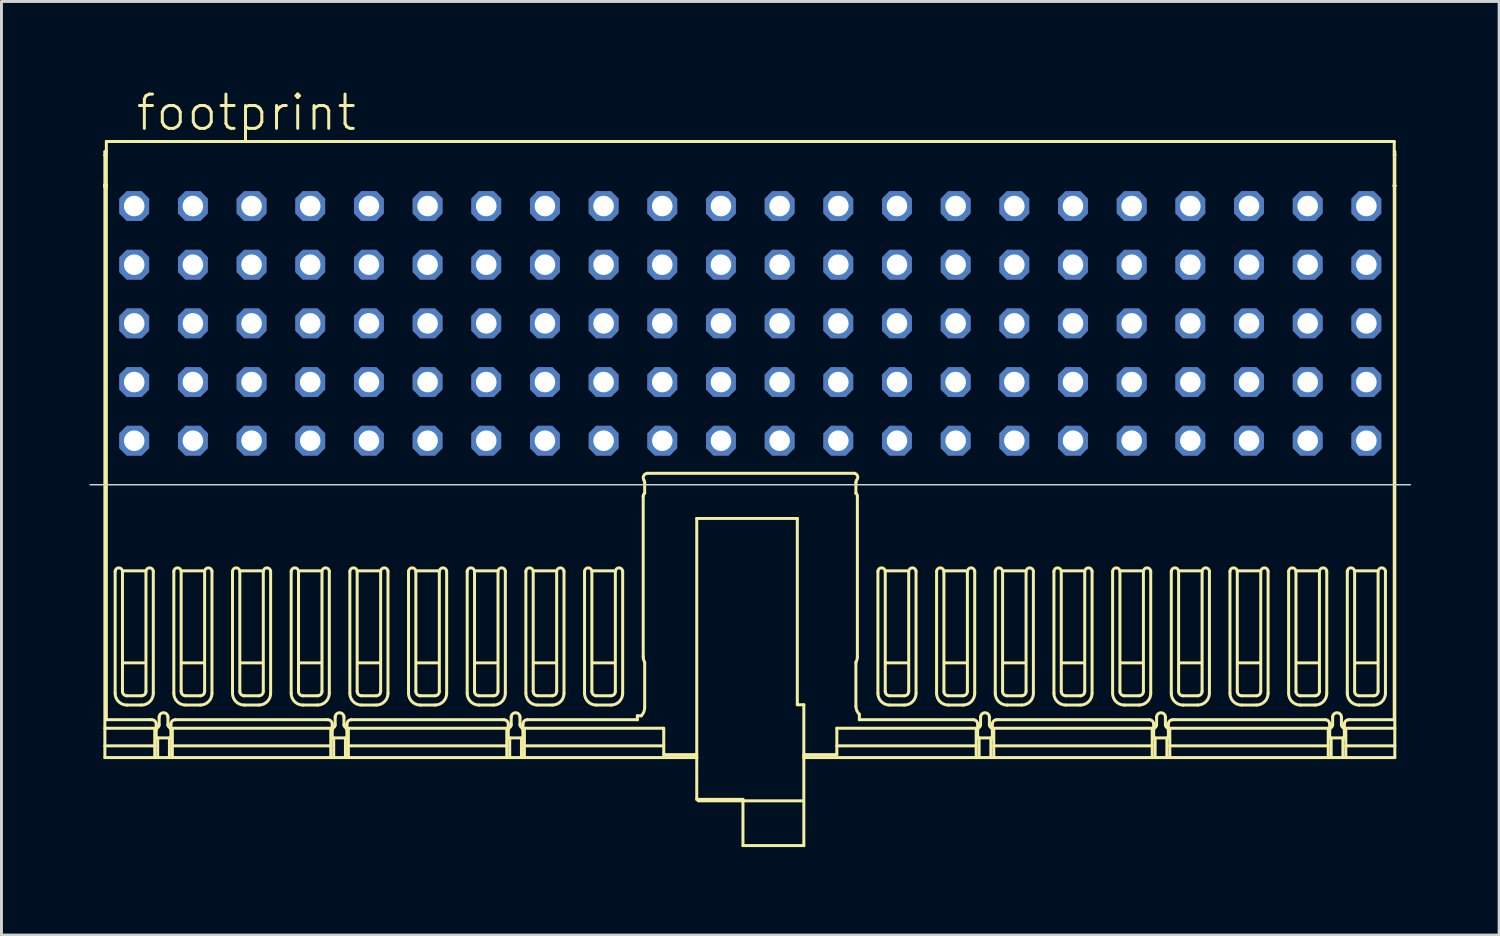
<source format=kicad_pcb>
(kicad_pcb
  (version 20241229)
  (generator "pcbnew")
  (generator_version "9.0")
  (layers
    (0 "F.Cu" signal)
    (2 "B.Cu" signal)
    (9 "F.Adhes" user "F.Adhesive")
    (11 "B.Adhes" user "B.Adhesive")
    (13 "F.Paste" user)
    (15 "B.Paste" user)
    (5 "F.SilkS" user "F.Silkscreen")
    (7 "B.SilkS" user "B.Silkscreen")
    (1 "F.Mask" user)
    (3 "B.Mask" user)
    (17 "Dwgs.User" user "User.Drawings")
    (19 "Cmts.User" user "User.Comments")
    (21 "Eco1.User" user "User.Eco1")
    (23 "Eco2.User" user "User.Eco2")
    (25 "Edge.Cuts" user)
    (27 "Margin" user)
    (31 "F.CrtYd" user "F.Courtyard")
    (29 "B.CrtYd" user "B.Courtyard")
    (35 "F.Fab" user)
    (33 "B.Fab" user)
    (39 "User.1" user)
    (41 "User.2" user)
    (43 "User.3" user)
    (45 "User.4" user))
  (footprint "footprint"
    (layer "F.Cu")
    (at 22.525 11.973)
    (property "Reference" "footprint" (at -21 -10.5 0) (layer "F.SilkS") (effects (font (size 1.168 1.168) (thickness 0.102)) (justify left bottom)))
    (fp_line (start -22 -9.85) (end -21.95 -9.85) (stroke (width 0.102) (type solid)) (layer "F.SilkS"))
    (fp_line (start -22 -9.736) (end -22 -9.85) (stroke (width 0.102) (type solid)) (layer "F.SilkS"))
    (fp_line (start -22 -8.728) (end -22 -9.736) (stroke (width 0.102) (type solid)) (layer "F.SilkS"))
    (fp_line (start -22 -8.728) (end -22 -8.686) (stroke (width 0.102) (type solid)) (layer "F.SilkS"))
    (fp_line (start -22 -8.703) (end -22 -8.661) (stroke (width 0.102) (type solid)) (layer "F.SilkS"))
    (fp_line (start -22 -8.661) (end -22 10.8) (stroke (width 0.102) (type solid)) (layer "F.SilkS"))
    (fp_line (start -22 -8.661) (end -21.95 -8.661) (stroke (width 0.102) (type solid)) (layer "F.SilkS"))
    (fp_line (start -22 9.8) (end -20.3 9.8) (stroke (width 0.102) (type solid)) (layer "F.SilkS"))
    (fp_line (start -22 10.4) (end -20.3 10.4) (stroke (width 0.102) (type solid)) (layer "F.SilkS"))
    (fp_line (start -22 10.8) (end -1.825 10.8) (stroke (width 0.102) (type solid)) (layer "F.SilkS"))
    (fp_line (start -21.95 -10.2) (end 21.95 -10.2) (stroke (width 0.102) (type solid)) (layer "F.SilkS"))
    (fp_line (start -21.95 -9.736) (end -22 -9.736) (stroke (width 0.102) (type solid)) (layer "F.SilkS"))
    (fp_line (start -21.95 -8.728) (end -22 -8.728) (stroke (width 0.102) (type solid)) (layer "F.SilkS"))
    (fp_line (start -21.95 -8.703) (end -22 -8.703) (stroke (width 0.102) (type solid)) (layer "F.SilkS"))
    (fp_line (start -21.95 -8.661) (end -21.95 -8.703) (stroke (width 0.102) (type solid)) (layer "F.SilkS"))
    (fp_line (start -21.95 9.51) (end -21.95 -10.2) (stroke (width 0.102) (type solid)) (layer "F.SilkS"))
    (fp_line (start -21.65 8.61) (end -21.65 4.457) (stroke (width 0.102) (type solid)) (layer "F.SilkS"))
    (fp_line (start -21.4 4.457) (end -21.4 8.544) (stroke (width 0.102) (type solid)) (layer "F.SilkS"))
    (fp_line (start -21.25 8.694) (end -20.75 8.694) (stroke (width 0.102) (type solid)) (layer "F.SilkS"))
    (fp_line (start -20.75 9.01) (end -21.25 9.01) (stroke (width 0.102) (type solid)) (layer "F.SilkS"))
    (fp_line (start -20.65 4.435) (end -21.35 4.435) (stroke (width 0.102) (type solid)) (layer "F.SilkS"))
    (fp_line (start -20.65 7.572) (end -21.35 7.572) (stroke (width 0.102) (type solid)) (layer "F.SilkS"))
    (fp_line (start -20.6 8.544) (end -20.6 4.457) (stroke (width 0.102) (type solid)) (layer "F.SilkS"))
    (fp_line (start -20.4 9.51) (end -21.95 9.51) (stroke (width 0.102) (type solid)) (layer "F.SilkS"))
    (fp_line (start -20.35 4.457) (end -20.35 8.61) (stroke (width 0.102) (type solid)) (layer "F.SilkS"))
    (fp_line (start -20.3 9.8) (end -20.3 10.8) (stroke (width 0.102) (type solid)) (layer "F.SilkS"))
    (fp_line (start -20.25 10.13) (end -20.25 9.66) (stroke (width 0.102) (type solid)) (layer "F.SilkS"))
    (fp_line (start -20.2 10.13) (end -20.2 10.8) (stroke (width 0.102) (type solid)) (layer "F.SilkS"))
    (fp_line (start -20.15 9.422) (end -20.15 9.684) (stroke (width 0.102) (type solid)) (layer "F.SilkS"))
    (fp_line (start -19.85 9.684) (end -19.85 9.422) (stroke (width 0.102) (type solid)) (layer "F.SilkS"))
    (fp_line (start -19.8 10.13) (end -19.8 10.8) (stroke (width 0.102) (type solid)) (layer "F.SilkS"))
    (fp_line (start -19.75 9.66) (end -19.75 10.13) (stroke (width 0.102) (type solid)) (layer "F.SilkS"))
    (fp_line (start -19.75 10.13) (end -20.25 10.13) (stroke (width 0.102) (type solid)) (layer "F.SilkS"))
    (fp_line (start -19.75 9.66) (end -19.75 9.66) (stroke (width 0.102) (type solid)) (layer "F.SilkS"))
    (fp_line (start -19.7 9.8) (end -14.3 9.8) (stroke (width 0.102) (type solid)) (layer "F.SilkS"))
    (fp_line (start -19.7 10.4) (end -14.3 10.4) (stroke (width 0.102) (type solid)) (layer "F.SilkS"))
    (fp_line (start -19.7 10.8) (end -19.7 9.8) (stroke (width 0.102) (type solid)) (layer "F.SilkS"))
    (fp_line (start -19.65 8.61) (end -19.65 4.457) (stroke (width 0.102) (type solid)) (layer "F.SilkS"))
    (fp_line (start -19.4 4.457) (end -19.4 8.544) (stroke (width 0.102) (type solid)) (layer "F.SilkS"))
    (fp_line (start -19.25 8.694) (end -18.75 8.694) (stroke (width 0.102) (type solid)) (layer "F.SilkS"))
    (fp_line (start -18.75 9.01) (end -19.25 9.01) (stroke (width 0.102) (type solid)) (layer "F.SilkS"))
    (fp_line (start -18.65 4.435) (end -19.35 4.435) (stroke (width 0.102) (type solid)) (layer "F.SilkS"))
    (fp_line (start -18.65 7.572) (end -19.35 7.572) (stroke (width 0.102) (type solid)) (layer "F.SilkS"))
    (fp_line (start -18.6 8.544) (end -18.6 4.457) (stroke (width 0.102) (type solid)) (layer "F.SilkS"))
    (fp_line (start -18.35 4.457) (end -18.35 8.61) (stroke (width 0.102) (type solid)) (layer "F.SilkS"))
    (fp_line (start -17.65 8.61) (end -17.65 4.457) (stroke (width 0.102) (type solid)) (layer "F.SilkS"))
    (fp_line (start -17.4 4.457) (end -17.4 8.544) (stroke (width 0.102) (type solid)) (layer "F.SilkS"))
    (fp_line (start -17.25 8.694) (end -16.75 8.694) (stroke (width 0.102) (type solid)) (layer "F.SilkS"))
    (fp_line (start -16.75 9.01) (end -17.25 9.01) (stroke (width 0.102) (type solid)) (layer "F.SilkS"))
    (fp_line (start -16.65 4.435) (end -17.35 4.435) (stroke (width 0.102) (type solid)) (layer "F.SilkS"))
    (fp_line (start -16.65 7.572) (end -17.35 7.572) (stroke (width 0.102) (type solid)) (layer "F.SilkS"))
    (fp_line (start -16.6 8.544) (end -16.6 4.457) (stroke (width 0.102) (type solid)) (layer "F.SilkS"))
    (fp_line (start -16.35 4.457) (end -16.35 8.61) (stroke (width 0.102) (type solid)) (layer "F.SilkS"))
    (fp_line (start -15.65 8.61) (end -15.65 4.457) (stroke (width 0.102) (type solid)) (layer "F.SilkS"))
    (fp_line (start -15.4 4.457) (end -15.4 8.544) (stroke (width 0.102) (type solid)) (layer "F.SilkS"))
    (fp_line (start -15.25 8.694) (end -14.75 8.694) (stroke (width 0.102) (type solid)) (layer "F.SilkS"))
    (fp_line (start -14.75 9.01) (end -15.25 9.01) (stroke (width 0.102) (type solid)) (layer "F.SilkS"))
    (fp_line (start -14.65 4.435) (end -15.35 4.435) (stroke (width 0.102) (type solid)) (layer "F.SilkS"))
    (fp_line (start -14.65 7.572) (end -15.35 7.572) (stroke (width 0.102) (type solid)) (layer "F.SilkS"))
    (fp_line (start -14.6 8.544) (end -14.6 4.457) (stroke (width 0.102) (type solid)) (layer "F.SilkS"))
    (fp_line (start -14.4 9.51) (end -19.6 9.51) (stroke (width 0.102) (type solid)) (layer "F.SilkS"))
    (fp_line (start -14.35 4.457) (end -14.35 8.61) (stroke (width 0.102) (type solid)) (layer "F.SilkS"))
    (fp_line (start -14.3 9.8) (end -14.3 10.8) (stroke (width 0.102) (type solid)) (layer "F.SilkS"))
    (fp_line (start -14.25 10.13) (end -14.25 9.66) (stroke (width 0.102) (type solid)) (layer "F.SilkS"))
    (fp_line (start -14.2 10.13) (end -14.2 10.8) (stroke (width 0.102) (type solid)) (layer "F.SilkS"))
    (fp_line (start -14.15 9.422) (end -14.15 9.684) (stroke (width 0.102) (type solid)) (layer "F.SilkS"))
    (fp_line (start -13.85 9.684) (end -13.85 9.422) (stroke (width 0.102) (type solid)) (layer "F.SilkS"))
    (fp_line (start -13.8 10.13) (end -13.8 10.8) (stroke (width 0.102) (type solid)) (layer "F.SilkS"))
    (fp_line (start -13.75 9.66) (end -13.75 10.13) (stroke (width 0.102) (type solid)) (layer "F.SilkS"))
    (fp_line (start -13.75 10.13) (end -14.25 10.13) (stroke (width 0.102) (type solid)) (layer "F.SilkS"))
    (fp_line (start -13.75 9.66) (end -13.75 9.66) (stroke (width 0.102) (type solid)) (layer "F.SilkS"))
    (fp_line (start -13.7 9.8) (end -8.3 9.8) (stroke (width 0.102) (type solid)) (layer "F.SilkS"))
    (fp_line (start -13.7 10.4) (end -8.3 10.4) (stroke (width 0.102) (type solid)) (layer "F.SilkS"))
    (fp_line (start -13.7 10.8) (end -13.7 9.8) (stroke (width 0.102) (type solid)) (layer "F.SilkS"))
    (fp_line (start -13.65 8.61) (end -13.65 4.457) (stroke (width 0.102) (type solid)) (layer "F.SilkS"))
    (fp_line (start -13.4 4.457) (end -13.4 8.544) (stroke (width 0.102) (type solid)) (layer "F.SilkS"))
    (fp_line (start -13.25 8.694) (end -12.75 8.694) (stroke (width 0.102) (type solid)) (layer "F.SilkS"))
    (fp_line (start -12.75 9.01) (end -13.25 9.01) (stroke (width 0.102) (type solid)) (layer "F.SilkS"))
    (fp_line (start -12.65 4.435) (end -13.35 4.435) (stroke (width 0.102) (type solid)) (layer "F.SilkS"))
    (fp_line (start -12.65 7.572) (end -13.35 7.572) (stroke (width 0.102) (type solid)) (layer "F.SilkS"))
    (fp_line (start -12.6 8.544) (end -12.6 4.457) (stroke (width 0.102) (type solid)) (layer "F.SilkS"))
    (fp_line (start -12.35 4.457) (end -12.35 8.61) (stroke (width 0.102) (type solid)) (layer "F.SilkS"))
    (fp_line (start -11.65 8.61) (end -11.65 4.457) (stroke (width 0.102) (type solid)) (layer "F.SilkS"))
    (fp_line (start -11.4 4.457) (end -11.4 8.544) (stroke (width 0.102) (type solid)) (layer "F.SilkS"))
    (fp_line (start -11.25 8.694) (end -10.75 8.694) (stroke (width 0.102) (type solid)) (layer "F.SilkS"))
    (fp_line (start -10.75 9.01) (end -11.25 9.01) (stroke (width 0.102) (type solid)) (layer "F.SilkS"))
    (fp_line (start -10.65 4.435) (end -11.35 4.435) (stroke (width 0.102) (type solid)) (layer "F.SilkS"))
    (fp_line (start -10.65 7.572) (end -11.35 7.572) (stroke (width 0.102) (type solid)) (layer "F.SilkS"))
    (fp_line (start -10.6 8.544) (end -10.6 4.457) (stroke (width 0.102) (type solid)) (layer "F.SilkS"))
    (fp_line (start -10.35 4.457) (end -10.35 8.61) (stroke (width 0.102) (type solid)) (layer "F.SilkS"))
    (fp_line (start -9.65 8.61) (end -9.65 4.457) (stroke (width 0.102) (type solid)) (layer "F.SilkS"))
    (fp_line (start -9.4 4.457) (end -9.4 8.544) (stroke (width 0.102) (type solid)) (layer "F.SilkS"))
    (fp_line (start -9.25 8.694) (end -8.75 8.694) (stroke (width 0.102) (type solid)) (layer "F.SilkS"))
    (fp_line (start -8.75 9.01) (end -9.25 9.01) (stroke (width 0.102) (type solid)) (layer "F.SilkS"))
    (fp_line (start -8.65 4.435) (end -9.35 4.435) (stroke (width 0.102) (type solid)) (layer "F.SilkS"))
    (fp_line (start -8.65 7.572) (end -9.35 7.572) (stroke (width 0.102) (type solid)) (layer "F.SilkS"))
    (fp_line (start -8.6 8.544) (end -8.6 4.457) (stroke (width 0.102) (type solid)) (layer "F.SilkS"))
    (fp_line (start -8.4 9.51) (end -13.6 9.51) (stroke (width 0.102) (type solid)) (layer "F.SilkS"))
    (fp_line (start -8.35 4.457) (end -8.35 8.61) (stroke (width 0.102) (type solid)) (layer "F.SilkS"))
    (fp_line (start -8.3 9.8) (end -8.3 10.8) (stroke (width 0.102) (type solid)) (layer "F.SilkS"))
    (fp_line (start -8.25 10.13) (end -8.25 9.66) (stroke (width 0.102) (type solid)) (layer "F.SilkS"))
    (fp_line (start -8.2 10.13) (end -8.2 10.8) (stroke (width 0.102) (type solid)) (layer "F.SilkS"))
    (fp_line (start -8.15 9.422) (end -8.15 9.684) (stroke (width 0.102) (type solid)) (layer "F.SilkS"))
    (fp_line (start -7.85 9.684) (end -7.85 9.422) (stroke (width 0.102) (type solid)) (layer "F.SilkS"))
    (fp_line (start -7.8 10.13) (end -7.8 10.8) (stroke (width 0.102) (type solid)) (layer "F.SilkS"))
    (fp_line (start -7.75 9.66) (end -7.75 10.13) (stroke (width 0.102) (type solid)) (layer "F.SilkS"))
    (fp_line (start -7.75 10.13) (end -8.25 10.13) (stroke (width 0.102) (type solid)) (layer "F.SilkS"))
    (fp_line (start -7.75 9.66) (end -7.75 9.66) (stroke (width 0.102) (type solid)) (layer "F.SilkS"))
    (fp_line (start -7.7 9.8) (end -2.95 9.8) (stroke (width 0.102) (type solid)) (layer "F.SilkS"))
    (fp_line (start -7.7 10.4) (end -2.95 10.4) (stroke (width 0.102) (type solid)) (layer "F.SilkS"))
    (fp_line (start -7.7 10.8) (end -7.7 9.8) (stroke (width 0.102) (type solid)) (layer "F.SilkS"))
    (fp_line (start -7.65 8.61) (end -7.65 4.457) (stroke (width 0.102) (type solid)) (layer "F.SilkS"))
    (fp_line (start -7.4 4.457) (end -7.4 8.544) (stroke (width 0.102) (type solid)) (layer "F.SilkS"))
    (fp_line (start -7.25 8.694) (end -6.75 8.694) (stroke (width 0.102) (type solid)) (layer "F.SilkS"))
    (fp_line (start -6.75 9.01) (end -7.25 9.01) (stroke (width 0.102) (type solid)) (layer "F.SilkS"))
    (fp_line (start -6.65 4.435) (end -7.35 4.435) (stroke (width 0.102) (type solid)) (layer "F.SilkS"))
    (fp_line (start -6.65 7.572) (end -7.35 7.572) (stroke (width 0.102) (type solid)) (layer "F.SilkS"))
    (fp_line (start -6.6 8.544) (end -6.6 4.457) (stroke (width 0.102) (type solid)) (layer "F.SilkS"))
    (fp_line (start -6.35 4.457) (end -6.35 8.61) (stroke (width 0.102) (type solid)) (layer "F.SilkS"))
    (fp_line (start -5.65 8.61) (end -5.65 4.457) (stroke (width 0.102) (type solid)) (layer "F.SilkS"))
    (fp_line (start -5.4 4.457) (end -5.4 8.544) (stroke (width 0.102) (type solid)) (layer "F.SilkS"))
    (fp_line (start -5.25 8.694) (end -4.75 8.694) (stroke (width 0.102) (type solid)) (layer "F.SilkS"))
    (fp_line (start -4.75 9.01) (end -5.25 9.01) (stroke (width 0.102) (type solid)) (layer "F.SilkS"))
    (fp_line (start -4.65 4.435) (end -5.35 4.435) (stroke (width 0.102) (type solid)) (layer "F.SilkS"))
    (fp_line (start -4.65 7.572) (end -5.35 7.572) (stroke (width 0.102) (type solid)) (layer "F.SilkS"))
    (fp_line (start -4.6 8.544) (end -4.6 4.457) (stroke (width 0.102) (type solid)) (layer "F.SilkS"))
    (fp_line (start -4.35 4.457) (end -4.35 8.61) (stroke (width 0.102) (type solid)) (layer "F.SilkS"))
    (fp_line (start -3.85 9.377) (end -3.85 9.51) (stroke (width 0.102) (type solid)) (layer "F.SilkS"))
    (fp_line (start -3.85 9.51) (end -7.6 9.51) (stroke (width 0.102) (type solid)) (layer "F.SilkS"))
    (fp_line (start -3.717 9.377) (end -3.85 9.377) (stroke (width 0.102) (type solid)) (layer "F.SilkS"))
    (fp_line (start -3.65 1.889) (end -3.65 7.36) (stroke (width 0.102) (type solid)) (layer "F.SilkS"))
    (fp_line (start -3.6 1.426) (end -3.6 1.789) (stroke (width 0.102) (type solid)) (layer "F.SilkS"))
    (fp_line (start -3.6 7.554) (end -3.6 9.094) (stroke (width 0.102) (type solid)) (layer "F.SilkS"))
    (fp_line (start -2.95 9.8) (end -2.95 10.7) (stroke (width 0.102) (type solid)) (layer "F.SilkS"))
    (fp_line (start -2.95 10.7) (end -1.825 10.7) (stroke (width 0.102) (type solid)) (layer "F.SilkS"))
    (fp_line (start -1.825 2.65) (end -1.825 10.8) (stroke (width 0.102) (type solid)) (layer "F.SilkS"))
    (fp_line (start -1.825 10.8) (end -1.825 10.8) (stroke (width 0.102) (type solid)) (layer "F.SilkS"))
    (fp_line (start -1.825 10.8) (end -1.825 12.225) (stroke (width 0.102) (type solid)) (layer "F.SilkS"))
    (fp_line (start -1.825 12.225) (end -0.25 12.225) (stroke (width 0.102) (type solid)) (layer "F.SilkS"))
    (fp_line (start -1.775 12.275) (end 1.775 12.275) (stroke (width 0.102) (type solid)) (layer "F.SilkS"))
    (fp_line (start -0.25 12.225) (end -0.25 13.8) (stroke (width 0.102) (type solid)) (layer "F.SilkS"))
    (fp_line (start -0.25 13.8) (end 1.825 13.8) (stroke (width 0.102) (type solid)) (layer "F.SilkS"))
    (fp_line (start 1.603 2.65) (end -1.825 2.65) (stroke (width 0.102) (type solid)) (layer "F.SilkS"))
    (fp_line (start 1.603 9) (end 1.603 2.65) (stroke (width 0.102) (type solid)) (layer "F.SilkS"))
    (fp_line (start 1.825 9) (end 1.603 9) (stroke (width 0.102) (type solid)) (layer "F.SilkS"))
    (fp_line (start 1.825 10.7) (end 2.95 10.7) (stroke (width 0.102) (type solid)) (layer "F.SilkS"))
    (fp_line (start 1.825 10.8) (end 1.825 9) (stroke (width 0.102) (type solid)) (layer "F.SilkS"))
    (fp_line (start 1.825 10.8) (end 21.97 10.8) (stroke (width 0.102) (type solid)) (layer "F.SilkS"))
    (fp_line (start 1.825 13.8) (end 1.825 10.8) (stroke (width 0.102) (type solid)) (layer "F.SilkS"))
    (fp_line (start 2.95 9.8) (end 7.7 9.8) (stroke (width 0.102) (type solid)) (layer "F.SilkS"))
    (fp_line (start 2.95 10.7) (end 2.95 9.8) (stroke (width 0.102) (type solid)) (layer "F.SilkS"))
    (fp_line (start 3.55 1.11) (end -3.5 1.11) (stroke (width 0.102) (type solid)) (layer "F.SilkS"))
    (fp_line (start 3.6 1.789) (end 3.6 1.426) (stroke (width 0.102) (type solid)) (layer "F.SilkS"))
    (fp_line (start 3.6 9.044) (end 3.6 7.554) (stroke (width 0.102) (type solid)) (layer "F.SilkS"))
    (fp_line (start 3.65 7.36) (end 3.65 1.889) (stroke (width 0.102) (type solid)) (layer "F.SilkS"))
    (fp_line (start 3.717 9.51) (end 3.717 9.327) (stroke (width 0.102) (type solid)) (layer "F.SilkS"))
    (fp_line (start 4.35 8.61) (end 4.35 4.457) (stroke (width 0.102) (type solid)) (layer "F.SilkS"))
    (fp_line (start 4.6 4.457) (end 4.6 8.544) (stroke (width 0.102) (type solid)) (layer "F.SilkS"))
    (fp_line (start 4.75 8.694) (end 5.25 8.694) (stroke (width 0.102) (type solid)) (layer "F.SilkS"))
    (fp_line (start 5.25 9.01) (end 4.75 9.01) (stroke (width 0.102) (type solid)) (layer "F.SilkS"))
    (fp_line (start 5.35 4.435) (end 4.65 4.435) (stroke (width 0.102) (type solid)) (layer "F.SilkS"))
    (fp_line (start 5.35 7.572) (end 4.65 7.572) (stroke (width 0.102) (type solid)) (layer "F.SilkS"))
    (fp_line (start 5.4 8.544) (end 5.4 4.457) (stroke (width 0.102) (type solid)) (layer "F.SilkS"))
    (fp_line (start 5.65 4.457) (end 5.65 8.61) (stroke (width 0.102) (type solid)) (layer "F.SilkS"))
    (fp_line (start 6.35 8.61) (end 6.35 4.457) (stroke (width 0.102) (type solid)) (layer "F.SilkS"))
    (fp_line (start 6.6 4.457) (end 6.6 8.544) (stroke (width 0.102) (type solid)) (layer "F.SilkS"))
    (fp_line (start 6.75 8.694) (end 7.25 8.694) (stroke (width 0.102) (type solid)) (layer "F.SilkS"))
    (fp_line (start 7.25 9.01) (end 6.75 9.01) (stroke (width 0.102) (type solid)) (layer "F.SilkS"))
    (fp_line (start 7.35 4.435) (end 6.65 4.435) (stroke (width 0.102) (type solid)) (layer "F.SilkS"))
    (fp_line (start 7.35 7.572) (end 6.65 7.572) (stroke (width 0.102) (type solid)) (layer "F.SilkS"))
    (fp_line (start 7.4 8.544) (end 7.4 4.457) (stroke (width 0.102) (type solid)) (layer "F.SilkS"))
    (fp_line (start 7.6 9.51) (end 3.717 9.51) (stroke (width 0.102) (type solid)) (layer "F.SilkS"))
    (fp_line (start 7.65 4.457) (end 7.65 8.61) (stroke (width 0.102) (type solid)) (layer "F.SilkS"))
    (fp_line (start 7.7 9.8) (end 7.7 10.8) (stroke (width 0.102) (type solid)) (layer "F.SilkS"))
    (fp_line (start 7.7 10.4) (end 2.95 10.4) (stroke (width 0.102) (type solid)) (layer "F.SilkS"))
    (fp_line (start 7.75 10.13) (end 7.75 9.66) (stroke (width 0.102) (type solid)) (layer "F.SilkS"))
    (fp_line (start 7.8 10.13) (end 7.8 10.8) (stroke (width 0.102) (type solid)) (layer "F.SilkS"))
    (fp_line (start 7.85 9.422) (end 7.85 9.684) (stroke (width 0.102) (type solid)) (layer "F.SilkS"))
    (fp_line (start 8.15 9.684) (end 8.15 9.422) (stroke (width 0.102) (type solid)) (layer "F.SilkS"))
    (fp_line (start 8.2 10.13) (end 8.2 10.8) (stroke (width 0.102) (type solid)) (layer "F.SilkS"))
    (fp_line (start 8.25 9.66) (end 8.25 10.13) (stroke (width 0.102) (type solid)) (layer "F.SilkS"))
    (fp_line (start 8.25 10.13) (end 7.75 10.13) (stroke (width 0.102) (type solid)) (layer "F.SilkS"))
    (fp_line (start 8.3 9.8) (end 8.3 10.8) (stroke (width 0.102) (type solid)) (layer "F.SilkS"))
    (fp_line (start 8.35 8.61) (end 8.35 4.457) (stroke (width 0.102) (type solid)) (layer "F.SilkS"))
    (fp_line (start 8.6 4.457) (end 8.6 8.544) (stroke (width 0.102) (type solid)) (layer "F.SilkS"))
    (fp_line (start 8.75 8.694) (end 9.25 8.694) (stroke (width 0.102) (type solid)) (layer "F.SilkS"))
    (fp_line (start 9.25 9.01) (end 8.75 9.01) (stroke (width 0.102) (type solid)) (layer "F.SilkS"))
    (fp_line (start 9.35 4.435) (end 8.65 4.435) (stroke (width 0.102) (type solid)) (layer "F.SilkS"))
    (fp_line (start 9.35 7.572) (end 8.65 7.572) (stroke (width 0.102) (type solid)) (layer "F.SilkS"))
    (fp_line (start 9.4 8.544) (end 9.4 4.457) (stroke (width 0.102) (type solid)) (layer "F.SilkS"))
    (fp_line (start 9.65 4.457) (end 9.65 8.61) (stroke (width 0.102) (type solid)) (layer "F.SilkS"))
    (fp_line (start 10.35 8.61) (end 10.35 4.457) (stroke (width 0.102) (type solid)) (layer "F.SilkS"))
    (fp_line (start 10.6 4.457) (end 10.6 8.544) (stroke (width 0.102) (type solid)) (layer "F.SilkS"))
    (fp_line (start 10.75 8.694) (end 11.25 8.694) (stroke (width 0.102) (type solid)) (layer "F.SilkS"))
    (fp_line (start 11.25 9.01) (end 10.75 9.01) (stroke (width 0.102) (type solid)) (layer "F.SilkS"))
    (fp_line (start 11.35 4.435) (end 10.65 4.435) (stroke (width 0.102) (type solid)) (layer "F.SilkS"))
    (fp_line (start 11.35 7.572) (end 10.65 7.572) (stroke (width 0.102) (type solid)) (layer "F.SilkS"))
    (fp_line (start 11.4 8.544) (end 11.4 4.457) (stroke (width 0.102) (type solid)) (layer "F.SilkS"))
    (fp_line (start 11.65 4.457) (end 11.65 8.61) (stroke (width 0.102) (type solid)) (layer "F.SilkS"))
    (fp_line (start 12.35 8.61) (end 12.35 4.457) (stroke (width 0.102) (type solid)) (layer "F.SilkS"))
    (fp_line (start 12.6 4.457) (end 12.6 8.544) (stroke (width 0.102) (type solid)) (layer "F.SilkS"))
    (fp_line (start 12.75 8.694) (end 13.25 8.694) (stroke (width 0.102) (type solid)) (layer "F.SilkS"))
    (fp_line (start 13.25 9.01) (end 12.75 9.01) (stroke (width 0.102) (type solid)) (layer "F.SilkS"))
    (fp_line (start 13.35 4.435) (end 12.65 4.435) (stroke (width 0.102) (type solid)) (layer "F.SilkS"))
    (fp_line (start 13.35 7.572) (end 12.65 7.572) (stroke (width 0.102) (type solid)) (layer "F.SilkS"))
    (fp_line (start 13.4 8.544) (end 13.4 4.457) (stroke (width 0.102) (type solid)) (layer "F.SilkS"))
    (fp_line (start 13.6 9.51) (end 8.4 9.51) (stroke (width 0.102) (type solid)) (layer "F.SilkS"))
    (fp_line (start 13.65 4.457) (end 13.65 8.61) (stroke (width 0.102) (type solid)) (layer "F.SilkS"))
    (fp_line (start 13.7 9.8) (end 8.3 9.8) (stroke (width 0.102) (type solid)) (layer "F.SilkS"))
    (fp_line (start 13.7 10.4) (end 8.3 10.4) (stroke (width 0.102) (type solid)) (layer "F.SilkS"))
    (fp_line (start 13.7 10.8) (end 13.7 9.8) (stroke (width 0.102) (type solid)) (layer "F.SilkS"))
    (fp_line (start 13.75 10.13) (end 13.75 9.66) (stroke (width 0.102) (type solid)) (layer "F.SilkS"))
    (fp_line (start 13.8 10.13) (end 13.8 10.8) (stroke (width 0.102) (type solid)) (layer "F.SilkS"))
    (fp_line (start 13.85 9.422) (end 13.85 9.684) (stroke (width 0.102) (type solid)) (layer "F.SilkS"))
    (fp_line (start 14.15 9.684) (end 14.15 9.422) (stroke (width 0.102) (type solid)) (layer "F.SilkS"))
    (fp_line (start 14.2 10.13) (end 14.2 10.8) (stroke (width 0.102) (type solid)) (layer "F.SilkS"))
    (fp_line (start 14.25 9.66) (end 14.25 10.13) (stroke (width 0.102) (type solid)) (layer "F.SilkS"))
    (fp_line (start 14.25 10.13) (end 13.75 10.13) (stroke (width 0.102) (type solid)) (layer "F.SilkS"))
    (fp_line (start 14.3 9.8) (end 14.3 10.8) (stroke (width 0.102) (type solid)) (layer "F.SilkS"))
    (fp_line (start 14.35 8.61) (end 14.35 4.457) (stroke (width 0.102) (type solid)) (layer "F.SilkS"))
    (fp_line (start 14.6 4.457) (end 14.6 8.544) (stroke (width 0.102) (type solid)) (layer "F.SilkS"))
    (fp_line (start 14.75 8.694) (end 15.25 8.694) (stroke (width 0.102) (type solid)) (layer "F.SilkS"))
    (fp_line (start 15.25 9.01) (end 14.75 9.01) (stroke (width 0.102) (type solid)) (layer "F.SilkS"))
    (fp_line (start 15.35 4.435) (end 14.65 4.435) (stroke (width 0.102) (type solid)) (layer "F.SilkS"))
    (fp_line (start 15.35 7.572) (end 14.65 7.572) (stroke (width 0.102) (type solid)) (layer "F.SilkS"))
    (fp_line (start 15.4 8.544) (end 15.4 4.457) (stroke (width 0.102) (type solid)) (layer "F.SilkS"))
    (fp_line (start 15.65 4.457) (end 15.65 8.61) (stroke (width 0.102) (type solid)) (layer "F.SilkS"))
    (fp_line (start 16.35 8.61) (end 16.35 4.457) (stroke (width 0.102) (type solid)) (layer "F.SilkS"))
    (fp_line (start 16.6 4.457) (end 16.6 8.544) (stroke (width 0.102) (type solid)) (layer "F.SilkS"))
    (fp_line (start 16.75 8.694) (end 17.25 8.694) (stroke (width 0.102) (type solid)) (layer "F.SilkS"))
    (fp_line (start 17.25 9.01) (end 16.75 9.01) (stroke (width 0.102) (type solid)) (layer "F.SilkS"))
    (fp_line (start 17.35 4.435) (end 16.65 4.435) (stroke (width 0.102) (type solid)) (layer "F.SilkS"))
    (fp_line (start 17.35 7.572) (end 16.65 7.572) (stroke (width 0.102) (type solid)) (layer "F.SilkS"))
    (fp_line (start 17.4 8.544) (end 17.4 4.457) (stroke (width 0.102) (type solid)) (layer "F.SilkS"))
    (fp_line (start 17.65 4.457) (end 17.65 8.61) (stroke (width 0.102) (type solid)) (layer "F.SilkS"))
    (fp_line (start 18.35 8.61) (end 18.35 4.457) (stroke (width 0.102) (type solid)) (layer "F.SilkS"))
    (fp_line (start 18.6 4.457) (end 18.6 8.544) (stroke (width 0.102) (type solid)) (layer "F.SilkS"))
    (fp_line (start 18.75 8.694) (end 19.25 8.694) (stroke (width 0.102) (type solid)) (layer "F.SilkS"))
    (fp_line (start 19.25 9.01) (end 18.75 9.01) (stroke (width 0.102) (type solid)) (layer "F.SilkS"))
    (fp_line (start 19.35 4.435) (end 18.65 4.435) (stroke (width 0.102) (type solid)) (layer "F.SilkS"))
    (fp_line (start 19.35 7.572) (end 18.65 7.572) (stroke (width 0.102) (type solid)) (layer "F.SilkS"))
    (fp_line (start 19.4 8.544) (end 19.4 4.457) (stroke (width 0.102) (type solid)) (layer "F.SilkS"))
    (fp_line (start 19.6 9.51) (end 14.4 9.51) (stroke (width 0.102) (type solid)) (layer "F.SilkS"))
    (fp_line (start 19.65 4.457) (end 19.65 8.61) (stroke (width 0.102) (type solid)) (layer "F.SilkS"))
    (fp_line (start 19.7 9.8) (end 14.3 9.8) (stroke (width 0.102) (type solid)) (layer "F.SilkS"))
    (fp_line (start 19.7 10.4) (end 14.3 10.4) (stroke (width 0.102) (type solid)) (layer "F.SilkS"))
    (fp_line (start 19.7 10.8) (end 19.7 9.8) (stroke (width 0.102) (type solid)) (layer "F.SilkS"))
    (fp_line (start 19.75 10.13) (end 19.75 9.66) (stroke (width 0.102) (type solid)) (layer "F.SilkS"))
    (fp_line (start 19.8 10.13) (end 19.8 10.8) (stroke (width 0.102) (type solid)) (layer "F.SilkS"))
    (fp_line (start 19.85 9.684) (end 19.85 9.422) (stroke (width 0.102) (type solid)) (layer "F.SilkS"))
    (fp_line (start 20.15 9.422) (end 20.15 9.684) (stroke (width 0.102) (type solid)) (layer "F.SilkS"))
    (fp_line (start 20.2 10.13) (end 20.2 10.8) (stroke (width 0.102) (type solid)) (layer "F.SilkS"))
    (fp_line (start 20.25 9.66) (end 20.25 10.13) (stroke (width 0.102) (type solid)) (layer "F.SilkS"))
    (fp_line (start 20.25 10.13) (end 19.75 10.13) (stroke (width 0.102) (type solid)) (layer "F.SilkS"))
    (fp_line (start 20.3 9.8) (end 20.3 10.8) (stroke (width 0.102) (type solid)) (layer "F.SilkS"))
    (fp_line (start 20.35 8.61) (end 20.35 4.457) (stroke (width 0.102) (type solid)) (layer "F.SilkS"))
    (fp_line (start 20.6 4.457) (end 20.6 8.544) (stroke (width 0.102) (type solid)) (layer "F.SilkS"))
    (fp_line (start 20.75 8.694) (end 21.25 8.694) (stroke (width 0.102) (type solid)) (layer "F.SilkS"))
    (fp_line (start 21.25 9.01) (end 20.75 9.01) (stroke (width 0.102) (type solid)) (layer "F.SilkS"))
    (fp_line (start 21.35 4.435) (end 20.65 4.435) (stroke (width 0.102) (type solid)) (layer "F.SilkS"))
    (fp_line (start 21.35 7.572) (end 20.65 7.572) (stroke (width 0.102) (type solid)) (layer "F.SilkS"))
    (fp_line (start 21.4 8.544) (end 21.4 4.457) (stroke (width 0.102) (type solid)) (layer "F.SilkS"))
    (fp_line (start 21.65 4.457) (end 21.65 8.61) (stroke (width 0.102) (type solid)) (layer "F.SilkS"))
    (fp_line (start 21.95 -10.2) (end 21.95 9.51) (stroke (width 0.102) (type solid)) (layer "F.SilkS"))
    (fp_line (start 21.95 -9.85) (end 21.97 -9.85) (stroke (width 0.102) (type solid)) (layer "F.SilkS"))
    (fp_line (start 21.95 -8.703) (end 21.97 -8.703) (stroke (width 0.102) (type solid)) (layer "F.SilkS"))
    (fp_line (start 21.95 -8.686) (end 21.95 -8.704) (stroke (width 0.102) (type solid)) (layer "F.SilkS"))
    (fp_line (start 21.95 -8.686) (end 21.95 -8.703) (stroke (width 0.102) (type solid)) (layer "F.SilkS"))
    (fp_line (start 21.95 9.51) (end 20.4 9.51) (stroke (width 0.102) (type solid)) (layer "F.SilkS"))
    (fp_line (start 21.97 -9.85) (end 21.97 -9.736) (stroke (width 0.102) (type solid)) (layer "F.SilkS"))
    (fp_line (start 21.97 -9.736) (end 21.95 -9.736) (stroke (width 0.102) (type solid)) (layer "F.SilkS"))
    (fp_line (start 21.97 -9.736) (end 21.97 -8.686) (stroke (width 0.102) (type solid)) (layer "F.SilkS"))
    (fp_line (start 21.97 -8.703) (end 21.97 -8.686) (stroke (width 0.102) (type solid)) (layer "F.SilkS"))
    (fp_line (start 21.97 -8.686) (end 21.95 -8.686) (stroke (width 0.102) (type solid)) (layer "F.SilkS"))
    (fp_line (start 21.97 9.8) (end 20.3 9.8) (stroke (width 0.102) (type solid)) (layer "F.SilkS"))
    (fp_line (start 21.97 10.4) (end 20.3 10.4) (stroke (width 0.102) (type solid)) (layer "F.SilkS"))
    (fp_line (start 21.97 10.8) (end 21.97 -8.686) (stroke (width 0.102) (type solid)) (layer "F.SilkS"))
    (fp_arc (start -21.6501 4.4573) (mid -21.525 4.3322) (end -21.3999 4.4573) (stroke (width 0.1016) (type solid)) (layer "F.SilkS"))
    (fp_arc (start -21.25 8.6943) (mid -21.356066 8.650366) (end -21.4 8.5443) (stroke (width 0.1016) (type solid)) (layer "F.SilkS"))
    (fp_arc (start -21.25 9.01) (mid -21.532843 8.892843) (end -21.65 8.61) (stroke (width 0.1016) (type solid)) (layer "F.SilkS"))
    (fp_arc (start -20.6001 4.4573) (mid -20.475 4.3322) (end -20.3499 4.4573) (stroke (width 0.1016) (type solid)) (layer "F.SilkS"))
    (fp_arc (start -20.6 8.5443) (mid -20.643934 8.650366) (end -20.75 8.6943) (stroke (width 0.1016) (type solid)) (layer "F.SilkS"))
    (fp_arc (start -20.4 9.51) (mid -20.293934 9.553934) (end -20.25 9.66) (stroke (width 0.1016) (type solid)) (layer "F.SilkS"))
    (fp_arc (start -20.35 8.61) (mid -20.467157 8.892843) (end -20.75 9.01) (stroke (width 0.1016) (type solid)) (layer "F.SilkS"))
    (fp_arc (start -20.249999 9.857501) (mid -20.236602 9.807502) (end -20.2 9.7709) (stroke (width 0.1016) (type solid)) (layer "F.SilkS"))
    (fp_arc (start -20.15 9.4222) (mid -20 9.2722) (end -19.85 9.4222) (stroke (width 0.1016) (type solid)) (layer "F.SilkS"))
    (fp_arc (start -20.15 9.6843) (mid -20.163398 9.734298) (end -20.2 9.7709) (stroke (width 0.1016) (type solid)) (layer "F.SilkS"))
    (fp_arc (start -19.8 9.7709) (mid -19.763398 9.807501) (end -19.75 9.8575) (stroke (width 0.1016) (type solid)) (layer "F.SilkS"))
    (fp_arc (start -19.799999 9.770901) (mid -19.836602 9.734299) (end -19.85 9.6843) (stroke (width 0.1016) (type solid)) (layer "F.SilkS"))
    (fp_arc (start -19.7499 9.66) (mid -19.705966 9.553934) (end -19.5999 9.51) (stroke (width 0.1016) (type solid)) (layer "F.SilkS"))
    (fp_arc (start -19.6501 4.4573) (mid -19.525 4.3322) (end -19.3999 4.4573) (stroke (width 0.1016) (type solid)) (layer "F.SilkS"))
    (fp_arc (start -19.25 8.6943) (mid -19.356066 8.650366) (end -19.4 8.5443) (stroke (width 0.1016) (type solid)) (layer "F.SilkS"))
    (fp_arc (start -19.25 9.01) (mid -19.532843 8.892843) (end -19.65 8.61) (stroke (width 0.1016) (type solid)) (layer "F.SilkS"))
    (fp_arc (start -18.6001 4.4573) (mid -18.475 4.3322) (end -18.3499 4.4573) (stroke (width 0.1016) (type solid)) (layer "F.SilkS"))
    (fp_arc (start -18.6 8.5443) (mid -18.643934 8.650366) (end -18.75 8.6943) (stroke (width 0.1016) (type solid)) (layer "F.SilkS"))
    (fp_arc (start -18.35 8.61) (mid -18.467157 8.892843) (end -18.75 9.01) (stroke (width 0.1016) (type solid)) (layer "F.SilkS"))
    (fp_arc (start -17.6501 4.4573) (mid -17.525 4.3322) (end -17.3999 4.4573) (stroke (width 0.1016) (type solid)) (layer "F.SilkS"))
    (fp_arc (start -17.25 8.6943) (mid -17.356066 8.650366) (end -17.4 8.5443) (stroke (width 0.1016) (type solid)) (layer "F.SilkS"))
    (fp_arc (start -17.25 9.01) (mid -17.532843 8.892843) (end -17.65 8.61) (stroke (width 0.1016) (type solid)) (layer "F.SilkS"))
    (fp_arc (start -16.6001 4.4573) (mid -16.475 4.3322) (end -16.3499 4.4573) (stroke (width 0.1016) (type solid)) (layer "F.SilkS"))
    (fp_arc (start -16.6 8.5443) (mid -16.643934 8.650366) (end -16.75 8.6943) (stroke (width 0.1016) (type solid)) (layer "F.SilkS"))
    (fp_arc (start -16.35 8.61) (mid -16.467157 8.892843) (end -16.75 9.01) (stroke (width 0.1016) (type solid)) (layer "F.SilkS"))
    (fp_arc (start -15.6501 4.4573) (mid -15.525 4.3322) (end -15.3999 4.4573) (stroke (width 0.1016) (type solid)) (layer "F.SilkS"))
    (fp_arc (start -15.25 8.6943) (mid -15.356066 8.650366) (end -15.4 8.5443) (stroke (width 0.1016) (type solid)) (layer "F.SilkS"))
    (fp_arc (start -15.25 9.01) (mid -15.532843 8.892843) (end -15.65 8.61) (stroke (width 0.1016) (type solid)) (layer "F.SilkS"))
    (fp_arc (start -14.6001 4.4573) (mid -14.475 4.3322) (end -14.3499 4.4573) (stroke (width 0.1016) (type solid)) (layer "F.SilkS"))
    (fp_arc (start -14.6 8.5443) (mid -14.643934 8.650366) (end -14.75 8.6943) (stroke (width 0.1016) (type solid)) (layer "F.SilkS"))
    (fp_arc (start -14.399899 9.510001) (mid -14.293869 9.553941) (end -14.25 9.66) (stroke (width 0.1016) (type solid)) (layer "F.SilkS"))
    (fp_arc (start -14.35 8.61) (mid -14.467157 8.892843) (end -14.75 9.01) (stroke (width 0.1016) (type solid)) (layer "F.SilkS"))
    (fp_arc (start -14.249999 9.857501) (mid -14.236602 9.807502) (end -14.2 9.7709) (stroke (width 0.1016) (type solid)) (layer "F.SilkS"))
    (fp_arc (start -14.15 9.4222) (mid -14 9.2722) (end -13.85 9.4222) (stroke (width 0.1016) (type solid)) (layer "F.SilkS"))
    (fp_arc (start -14.15 9.6843) (mid -14.163398 9.734298) (end -14.2 9.7709) (stroke (width 0.1016) (type solid)) (layer "F.SilkS"))
    (fp_arc (start -13.8 9.7709) (mid -13.763398 9.807501) (end -13.75 9.8575) (stroke (width 0.1016) (type solid)) (layer "F.SilkS"))
    (fp_arc (start -13.799999 9.770901) (mid -13.836602 9.734299) (end -13.85 9.6843) (stroke (width 0.1016) (type solid)) (layer "F.SilkS"))
    (fp_arc (start -13.7499 9.66) (mid -13.705966 9.553934) (end -13.5999 9.51) (stroke (width 0.1016) (type solid)) (layer "F.SilkS"))
    (fp_arc (start -13.6501 4.4573) (mid -13.525 4.3322) (end -13.3999 4.4573) (stroke (width 0.1016) (type solid)) (layer "F.SilkS"))
    (fp_arc (start -13.25 8.6943) (mid -13.356066 8.650366) (end -13.4 8.5443) (stroke (width 0.1016) (type solid)) (layer "F.SilkS"))
    (fp_arc (start -13.25 9.01) (mid -13.532843 8.892843) (end -13.65 8.61) (stroke (width 0.1016) (type solid)) (layer "F.SilkS"))
    (fp_arc (start -12.6001 4.4573) (mid -12.475 4.3322) (end -12.3499 4.4573) (stroke (width 0.1016) (type solid)) (layer "F.SilkS"))
    (fp_arc (start -12.6 8.5443) (mid -12.643934 8.650366) (end -12.75 8.6943) (stroke (width 0.1016) (type solid)) (layer "F.SilkS"))
    (fp_arc (start -12.35 8.61) (mid -12.467157 8.892843) (end -12.75 9.01) (stroke (width 0.1016) (type solid)) (layer "F.SilkS"))
    (fp_arc (start -11.6501 4.4573) (mid -11.525 4.3322) (end -11.3999 4.4573) (stroke (width 0.1016) (type solid)) (layer "F.SilkS"))
    (fp_arc (start -11.25 8.6943) (mid -11.356066 8.650366) (end -11.4 8.5443) (stroke (width 0.1016) (type solid)) (layer "F.SilkS"))
    (fp_arc (start -11.25 9.01) (mid -11.532843 8.892843) (end -11.65 8.61) (stroke (width 0.1016) (type solid)) (layer "F.SilkS"))
    (fp_arc (start -10.6001 4.4573) (mid -10.475 4.3322) (end -10.3499 4.4573) (stroke (width 0.1016) (type solid)) (layer "F.SilkS"))
    (fp_arc (start -10.6 8.5443) (mid -10.643934 8.650366) (end -10.75 8.6943) (stroke (width 0.1016) (type solid)) (layer "F.SilkS"))
    (fp_arc (start -10.35 8.61) (mid -10.467157 8.892843) (end -10.75 9.01) (stroke (width 0.1016) (type solid)) (layer "F.SilkS"))
    (fp_arc (start -9.6501 4.4573) (mid -9.525 4.3322) (end -9.3999 4.4573) (stroke (width 0.1016) (type solid)) (layer "F.SilkS"))
    (fp_arc (start -9.25 8.6943) (mid -9.356066 8.650366) (end -9.4 8.5443) (stroke (width 0.1016) (type solid)) (layer "F.SilkS"))
    (fp_arc (start -9.25 9.01) (mid -9.532843 8.892843) (end -9.65 8.61) (stroke (width 0.1016) (type solid)) (layer "F.SilkS"))
    (fp_arc (start -8.6001 4.4573) (mid -8.475 4.3322) (end -8.3499 4.4573) (stroke (width 0.1016) (type solid)) (layer "F.SilkS"))
    (fp_arc (start -8.6 8.5443) (mid -8.643934 8.650366) (end -8.75 8.6943) (stroke (width 0.1016) (type solid)) (layer "F.SilkS"))
    (fp_arc (start -8.4 9.51) (mid -8.293934 9.553934) (end -8.25 9.66) (stroke (width 0.1016) (type solid)) (layer "F.SilkS"))
    (fp_arc (start -8.35 8.61) (mid -8.467157 8.892843) (end -8.75 9.01) (stroke (width 0.1016) (type solid)) (layer "F.SilkS"))
    (fp_arc (start -8.249999 9.857501) (mid -8.236602 9.807502) (end -8.2 9.7709) (stroke (width 0.1016) (type solid)) (layer "F.SilkS"))
    (fp_arc (start -8.15 9.4222) (mid -8 9.2722) (end -7.85 9.4222) (stroke (width 0.1016) (type solid)) (layer "F.SilkS"))
    (fp_arc (start -8.15 9.6843) (mid -8.163398 9.734298) (end -8.2 9.7709) (stroke (width 0.1016) (type solid)) (layer "F.SilkS"))
    (fp_arc (start -7.8 9.7709) (mid -7.763398 9.807501) (end -7.75 9.8575) (stroke (width 0.1016) (type solid)) (layer "F.SilkS"))
    (fp_arc (start -7.799999 9.770901) (mid -7.836602 9.734299) (end -7.85 9.6843) (stroke (width 0.1016) (type solid)) (layer "F.SilkS"))
    (fp_arc (start -7.7499 9.66) (mid -7.705966 9.553934) (end -7.5999 9.51) (stroke (width 0.1016) (type solid)) (layer "F.SilkS"))
    (fp_arc (start -7.6501 4.4573) (mid -7.525 4.3322) (end -7.3999 4.4573) (stroke (width 0.1016) (type solid)) (layer "F.SilkS"))
    (fp_arc (start -7.25 8.6943) (mid -7.356066 8.650366) (end -7.4 8.5443) (stroke (width 0.1016) (type solid)) (layer "F.SilkS"))
    (fp_arc (start -7.25 9.01) (mid -7.532843 8.892843) (end -7.65 8.61) (stroke (width 0.1016) (type solid)) (layer "F.SilkS"))
    (fp_arc (start -6.6001 4.4573) (mid -6.475 4.3322) (end -6.3499 4.4573) (stroke (width 0.1016) (type solid)) (layer "F.SilkS"))
    (fp_arc (start -6.6 8.5443) (mid -6.643934 8.650366) (end -6.75 8.6943) (stroke (width 0.1016) (type solid)) (layer "F.SilkS"))
    (fp_arc (start -6.35 8.61) (mid -6.467157 8.892843) (end -6.75 9.01) (stroke (width 0.1016) (type solid)) (layer "F.SilkS"))
    (fp_arc (start -5.6501 4.4573) (mid -5.525 4.3322) (end -5.3999 4.4573) (stroke (width 0.1016) (type solid)) (layer "F.SilkS"))
    (fp_arc (start -5.25 8.6943) (mid -5.356066 8.650366) (end -5.4 8.5443) (stroke (width 0.1016) (type solid)) (layer "F.SilkS"))
    (fp_arc (start -5.25 9.01) (mid -5.532843 8.892843) (end -5.65 8.61) (stroke (width 0.1016) (type solid)) (layer "F.SilkS"))
    (fp_arc (start -4.6001 4.4573) (mid -4.475 4.3322) (end -4.3499 4.4573) (stroke (width 0.1016) (type solid)) (layer "F.SilkS"))
    (fp_arc (start -4.6 8.5443) (mid -4.643934 8.650366) (end -4.75 8.6943) (stroke (width 0.1016) (type solid)) (layer "F.SilkS"))
    (fp_arc (start -4.35 8.61) (mid -4.467157 8.892843) (end -4.75 9.01) (stroke (width 0.1016) (type solid)) (layer "F.SilkS"))
    (fp_arc (start -3.65 1.888701) (mid -3.636804 1.832799) (end -3.6 1.7887) (stroke (width 0.1016) (type solid)) (layer "F.SilkS"))
    (fp_arc (start -3.625 1.3429) (mid -3.63211 1.18909) (end -3.5 1.11) (stroke (width 0.1016) (type solid)) (layer "F.SilkS"))
    (fp_arc (start -3.624999 1.3429) (mid -3.606373 1.382555) (end -3.6 1.4259) (stroke (width 0.1016) (type solid)) (layer "F.SilkS"))
    (fp_arc (start -3.6 7.554) (mid -3.637292 7.460375) (end -3.65 7.3604) (stroke (width 0.1016) (type solid)) (layer "F.SilkS"))
    (fp_arc (start -3.5999 9.0943) (mid -3.630357 9.247409) (end -3.7171 9.3772) (stroke (width 0.1016) (type solid)) (layer "F.SilkS"))
    (fp_arc (start 3.549999 1.109998) (mid 3.657215 1.203999) (end 3.625 1.3429) (stroke (width 0.1016) (type solid)) (layer "F.SilkS"))
    (fp_arc (start 3.6 1.425899) (mid 3.606374 1.382554) (end 3.625 1.3429) (stroke (width 0.1016) (type solid)) (layer "F.SilkS"))
    (fp_arc (start 3.6 1.788699) (mid 3.636804 1.832798) (end 3.65 1.8887) (stroke (width 0.1016) (type solid)) (layer "F.SilkS"))
    (fp_arc (start 3.65 7.3604) (mid 3.637292 7.460375) (end 3.6 7.554) (stroke (width 0.1016) (type solid)) (layer "F.SilkS"))
    (fp_arc (start 3.7172 9.3272) (mid 3.630457 9.197409) (end 3.6 9.0443) (stroke (width 0.1016) (type solid)) (layer "F.SilkS"))
    (fp_arc (start 4.35 4.4573) (mid 4.475 4.3323) (end 4.6 4.4573) (stroke (width 0.1016) (type solid)) (layer "F.SilkS"))
    (fp_arc (start 4.75 8.6943) (mid 4.643934 8.650366) (end 4.6 8.5443) (stroke (width 0.1016) (type solid)) (layer "F.SilkS"))
    (fp_arc (start 4.75 9.01) (mid 4.467157 8.892843) (end 4.35 8.61) (stroke (width 0.1016) (type solid)) (layer "F.SilkS"))
    (fp_arc (start 5.4 4.4573) (mid 5.525 4.3323) (end 5.65 4.4573) (stroke (width 0.1016) (type solid)) (layer "F.SilkS"))
    (fp_arc (start 5.4 8.5443) (mid 5.356066 8.650366) (end 5.25 8.6943) (stroke (width 0.1016) (type solid)) (layer "F.SilkS"))
    (fp_arc (start 5.65 8.61) (mid 5.532843 8.892843) (end 5.25 9.01) (stroke (width 0.1016) (type solid)) (layer "F.SilkS"))
    (fp_arc (start 6.35 4.4573) (mid 6.475 4.3323) (end 6.6 4.4573) (stroke (width 0.1016) (type solid)) (layer "F.SilkS"))
    (fp_arc (start 6.75 8.6943) (mid 6.643934 8.650366) (end 6.6 8.5443) (stroke (width 0.1016) (type solid)) (layer "F.SilkS"))
    (fp_arc (start 6.75 9.01) (mid 6.467157 8.892843) (end 6.35 8.61) (stroke (width 0.1016) (type solid)) (layer "F.SilkS"))
    (fp_arc (start 7.4 4.4573) (mid 7.525 4.3323) (end 7.65 4.4573) (stroke (width 0.1016) (type solid)) (layer "F.SilkS"))
    (fp_arc (start 7.4 8.5443) (mid 7.356066 8.650366) (end 7.25 8.6943) (stroke (width 0.1016) (type solid)) (layer "F.SilkS"))
    (fp_arc (start 7.6 9.51) (mid 7.706066 9.553934) (end 7.75 9.66) (stroke (width 0.1016) (type solid)) (layer "F.SilkS"))
    (fp_arc (start 7.65 8.61) (mid 7.532843 8.892843) (end 7.25 9.01) (stroke (width 0.1016) (type solid)) (layer "F.SilkS"))
    (fp_arc (start 7.75 9.8575) (mid 7.763398 9.807501) (end 7.8 9.7709) (stroke (width 0.1016) (type solid)) (layer "F.SilkS"))
    (fp_arc (start 7.85 9.4222) (mid 8 9.2722) (end 8.15 9.4222) (stroke (width 0.1016) (type solid)) (layer "F.SilkS"))
    (fp_arc (start 7.85 9.684299) (mid 7.836602 9.734298) (end 7.8 9.7709) (stroke (width 0.1016) (type solid)) (layer "F.SilkS"))
    (fp_arc (start 8.2 9.770899) (mid 8.236602 9.807501) (end 8.25 9.8575) (stroke (width 0.1016) (type solid)) (layer "F.SilkS"))
    (fp_arc (start 8.2 9.7709) (mid 8.163398 9.734299) (end 8.15 9.6843) (stroke (width 0.1016) (type solid)) (layer "F.SilkS"))
    (fp_arc (start 8.25 9.66) (mid 8.293934 9.553934) (end 8.4 9.51) (stroke (width 0.1016) (type solid)) (layer "F.SilkS"))
    (fp_arc (start 8.35 4.4573) (mid 8.475 4.3323) (end 8.6 4.4573) (stroke (width 0.1016) (type solid)) (layer "F.SilkS"))
    (fp_arc (start 8.75 8.6943) (mid 8.643934 8.650366) (end 8.6 8.5443) (stroke (width 0.1016) (type solid)) (layer "F.SilkS"))
    (fp_arc (start 8.75 9.01) (mid 8.467157 8.892843) (end 8.35 8.61) (stroke (width 0.1016) (type solid)) (layer "F.SilkS"))
    (fp_arc (start 9.4 4.4573) (mid 9.525 4.3323) (end 9.65 4.4573) (stroke (width 0.1016) (type solid)) (layer "F.SilkS"))
    (fp_arc (start 9.4 8.5443) (mid 9.356066 8.650366) (end 9.25 8.6943) (stroke (width 0.1016) (type solid)) (layer "F.SilkS"))
    (fp_arc (start 9.65 8.61) (mid 9.532843 8.892843) (end 9.25 9.01) (stroke (width 0.1016) (type solid)) (layer "F.SilkS"))
    (fp_arc (start 10.35 4.4573) (mid 10.475 4.3323) (end 10.6 4.4573) (stroke (width 0.1016) (type solid)) (layer "F.SilkS"))
    (fp_arc (start 10.75 8.6943) (mid 10.643934 8.650366) (end 10.6 8.5443) (stroke (width 0.1016) (type solid)) (layer "F.SilkS"))
    (fp_arc (start 10.75 9.01) (mid 10.467157 8.892843) (end 10.35 8.61) (stroke (width 0.1016) (type solid)) (layer "F.SilkS"))
    (fp_arc (start 11.4 4.4573) (mid 11.525 4.3323) (end 11.65 4.4573) (stroke (width 0.1016) (type solid)) (layer "F.SilkS"))
    (fp_arc (start 11.4 8.5443) (mid 11.356066 8.650366) (end 11.25 8.6943) (stroke (width 0.1016) (type solid)) (layer "F.SilkS"))
    (fp_arc (start 11.65 8.61) (mid 11.532843 8.892843) (end 11.25 9.01) (stroke (width 0.1016) (type solid)) (layer "F.SilkS"))
    (fp_arc (start 12.35 4.4573) (mid 12.475 4.3323) (end 12.6 4.4573) (stroke (width 0.1016) (type solid)) (layer "F.SilkS"))
    (fp_arc (start 12.75 8.6943) (mid 12.643934 8.650366) (end 12.6 8.5443) (stroke (width 0.1016) (type solid)) (layer "F.SilkS"))
    (fp_arc (start 12.75 9.01) (mid 12.467157 8.892843) (end 12.35 8.61) (stroke (width 0.1016) (type solid)) (layer "F.SilkS"))
    (fp_arc (start 13.4 4.4573) (mid 13.525 4.3323) (end 13.65 4.4573) (stroke (width 0.1016) (type solid)) (layer "F.SilkS"))
    (fp_arc (start 13.4 8.5443) (mid 13.356066 8.650366) (end 13.25 8.6943) (stroke (width 0.1016) (type solid)) (layer "F.SilkS"))
    (fp_arc (start 13.6 9.51) (mid 13.706066 9.553934) (end 13.75 9.66) (stroke (width 0.1016) (type solid)) (layer "F.SilkS"))
    (fp_arc (start 13.65 8.61) (mid 13.532843 8.892843) (end 13.25 9.01) (stroke (width 0.1016) (type solid)) (layer "F.SilkS"))
    (fp_arc (start 13.75 9.8575) (mid 13.763398 9.807501) (end 13.8 9.7709) (stroke (width 0.1016) (type solid)) (layer "F.SilkS"))
    (fp_arc (start 13.85 9.4222) (mid 14 9.2722) (end 14.15 9.4222) (stroke (width 0.1016) (type solid)) (layer "F.SilkS"))
    (fp_arc (start 13.85 9.684299) (mid 13.836602 9.734298) (end 13.8 9.7709) (stroke (width 0.1016) (type solid)) (layer "F.SilkS"))
    (fp_arc (start 14.2 9.770899) (mid 14.236602 9.807501) (end 14.25 9.8575) (stroke (width 0.1016) (type solid)) (layer "F.SilkS"))
    (fp_arc (start 14.2 9.7709) (mid 14.163398 9.734299) (end 14.15 9.6843) (stroke (width 0.1016) (type solid)) (layer "F.SilkS"))
    (fp_arc (start 14.25 9.66) (mid 14.293934 9.553934) (end 14.4 9.51) (stroke (width 0.1016) (type solid)) (layer "F.SilkS"))
    (fp_arc (start 14.35 4.4573) (mid 14.475 4.3323) (end 14.6 4.4573) (stroke (width 0.1016) (type solid)) (layer "F.SilkS"))
    (fp_arc (start 14.75 8.6943) (mid 14.643934 8.650366) (end 14.6 8.5443) (stroke (width 0.1016) (type solid)) (layer "F.SilkS"))
    (fp_arc (start 14.75 9.01) (mid 14.467157 8.892843) (end 14.35 8.61) (stroke (width 0.1016) (type solid)) (layer "F.SilkS"))
    (fp_arc (start 15.4 4.4573) (mid 15.525 4.3323) (end 15.65 4.4573) (stroke (width 0.1016) (type solid)) (layer "F.SilkS"))
    (fp_arc (start 15.4 8.5443) (mid 15.356066 8.650366) (end 15.25 8.6943) (stroke (width 0.1016) (type solid)) (layer "F.SilkS"))
    (fp_arc (start 15.65 8.61) (mid 15.532843 8.892843) (end 15.25 9.01) (stroke (width 0.1016) (type solid)) (layer "F.SilkS"))
    (fp_arc (start 16.35 4.4573) (mid 16.475 4.3323) (end 16.6 4.4573) (stroke (width 0.1016) (type solid)) (layer "F.SilkS"))
    (fp_arc (start 16.75 8.6943) (mid 16.643934 8.650366) (end 16.6 8.5443) (stroke (width 0.1016) (type solid)) (layer "F.SilkS"))
    (fp_arc (start 16.75 9.01) (mid 16.467157 8.892843) (end 16.35 8.61) (stroke (width 0.1016) (type solid)) (layer "F.SilkS"))
    (fp_arc (start 17.4 4.4573) (mid 17.525 4.3323) (end 17.65 4.4573) (stroke (width 0.1016) (type solid)) (layer "F.SilkS"))
    (fp_arc (start 17.4 8.5443) (mid 17.356066 8.650366) (end 17.25 8.6943) (stroke (width 0.1016) (type solid)) (layer "F.SilkS"))
    (fp_arc (start 17.65 8.61) (mid 17.532843 8.892843) (end 17.25 9.01) (stroke (width 0.1016) (type solid)) (layer "F.SilkS"))
    (fp_arc (start 18.35 4.4573) (mid 18.475 4.3323) (end 18.6 4.4573) (stroke (width 0.1016) (type solid)) (layer "F.SilkS"))
    (fp_arc (start 18.75 8.6943) (mid 18.643934 8.650366) (end 18.6 8.5443) (stroke (width 0.1016) (type solid)) (layer "F.SilkS"))
    (fp_arc (start 18.75 9.01) (mid 18.467157 8.892843) (end 18.35 8.61) (stroke (width 0.1016) (type solid)) (layer "F.SilkS"))
    (fp_arc (start 19.4 4.4573) (mid 19.525 4.3323) (end 19.65 4.4573) (stroke (width 0.1016) (type solid)) (layer "F.SilkS"))
    (fp_arc (start 19.4 8.5443) (mid 19.356066 8.650366) (end 19.25 8.6943) (stroke (width 0.1016) (type solid)) (layer "F.SilkS"))
    (fp_arc (start 19.6 9.51) (mid 19.706066 9.553934) (end 19.75 9.66) (stroke (width 0.1016) (type solid)) (layer "F.SilkS"))
    (fp_arc (start 19.65 8.61) (mid 19.532843 8.892843) (end 19.25 9.01) (stroke (width 0.1016) (type solid)) (layer "F.SilkS"))
    (fp_arc (start 19.75 9.8575) (mid 19.763398 9.807501) (end 19.8 9.7709) (stroke (width 0.1016) (type solid)) (layer "F.SilkS"))
    (fp_arc (start 19.85 9.4222) (mid 20 9.2722) (end 20.15 9.4222) (stroke (width 0.1016) (type solid)) (layer "F.SilkS"))
    (fp_arc (start 19.85 9.684299) (mid 19.836602 9.734298) (end 19.8 9.7709) (stroke (width 0.1016) (type solid)) (layer "F.SilkS"))
    (fp_arc (start 20.2 9.770899) (mid 20.236602 9.807501) (end 20.25 9.8575) (stroke (width 0.1016) (type solid)) (layer "F.SilkS"))
    (fp_arc (start 20.2 9.7709) (mid 20.163398 9.734299) (end 20.15 9.6843) (stroke (width 0.1016) (type solid)) (layer "F.SilkS"))
    (fp_arc (start 20.25 9.66) (mid 20.293969 9.553899) (end 20.4001 9.51) (stroke (width 0.1016) (type solid)) (layer "F.SilkS"))
    (fp_arc (start 20.35 4.4573) (mid 20.475 4.3323) (end 20.6 4.4573) (stroke (width 0.1016) (type solid)) (layer "F.SilkS"))
    (fp_arc (start 20.75 8.6943) (mid 20.643934 8.650366) (end 20.6 8.5443) (stroke (width 0.1016) (type solid)) (layer "F.SilkS"))
    (fp_arc (start 20.75 9.01) (mid 20.467157 8.892843) (end 20.35 8.61) (stroke (width 0.1016) (type solid)) (layer "F.SilkS"))
    (fp_arc (start 21.4 4.4573) (mid 21.525 4.3323) (end 21.65 4.4573) (stroke (width 0.1016) (type solid)) (layer "F.SilkS"))
    (fp_arc (start 21.4 8.5443) (mid 21.356066 8.650366) (end 21.25 8.6943) (stroke (width 0.1016) (type solid)) (layer "F.SilkS"))
    (fp_arc (start 21.65 8.61) (mid 21.532843 8.892843) (end 21.25 9.01) (stroke (width 0.1016) (type solid)) (layer "F.SilkS"))
    (fp_line (start -22.5 1.5) (end 22.5 1.5) (stroke (width 0.05) (type solid)) (layer "Edge.Cuts"))
    (pad "A1" thru_hole roundrect (at 21 0 180) (size 1.016 1.016) (drill 0.7) (layers "*.Cu" "*.Mask") (roundrect_rratio 0.25) (chamfer_ratio 0.25) (chamfer top_left top_right bottom_left bottom_right))
    (pad "A2" thru_hole roundrect (at 19 0 180) (size 1.016 1.016) (drill 0.7) (layers "*.Cu" "*.Mask") (roundrect_rratio 0.25) (chamfer_ratio 0.25) (chamfer top_left top_right bottom_left bottom_right))
    (pad "A3" thru_hole roundrect (at 17 0 180) (size 1.016 1.016) (drill 0.7) (layers "*.Cu" "*.Mask") (roundrect_rratio 0.25) (chamfer_ratio 0.25) (chamfer top_left top_right bottom_left bottom_right))
    (pad "A4" thru_hole roundrect (at 15 0 180) (size 1.016 1.016) (drill 0.7) (layers "*.Cu" "*.Mask") (roundrect_rratio 0.25) (chamfer_ratio 0.25) (chamfer top_left top_right bottom_left bottom_right))
    (pad "A5" thru_hole roundrect (at 13 0 180) (size 1.016 1.016) (drill 0.7) (layers "*.Cu" "*.Mask") (roundrect_rratio 0.25) (chamfer_ratio 0.25) (chamfer top_left top_right bottom_left bottom_right))
    (pad "A6" thru_hole roundrect (at 11 0 180) (size 1.016 1.016) (drill 0.7) (layers "*.Cu" "*.Mask") (roundrect_rratio 0.25) (chamfer_ratio 0.25) (chamfer top_left top_right bottom_left bottom_right))
    (pad "A7" thru_hole roundrect (at 9 0 180) (size 1.016 1.016) (drill 0.7) (layers "*.Cu" "*.Mask") (roundrect_rratio 0.25) (chamfer_ratio 0.25) (chamfer top_left top_right bottom_left bottom_right))
    (pad "A8" thru_hole roundrect (at 7 0 180) (size 1.016 1.016) (drill 0.7) (layers "*.Cu" "*.Mask") (roundrect_rratio 0.25) (chamfer_ratio 0.25) (chamfer top_left top_right bottom_left bottom_right))
    (pad "A9" thru_hole roundrect (at 5 0 180) (size 1.016 1.016) (drill 0.7) (layers "*.Cu" "*.Mask") (roundrect_rratio 0.25) (chamfer_ratio 0.25) (chamfer top_left top_right bottom_left bottom_right))
    (pad "A10" thru_hole roundrect (at 3 0 180) (size 1.016 1.016) (drill 0.7) (layers "*.Cu" "*.Mask") (roundrect_rratio 0.25) (chamfer_ratio 0.25) (chamfer top_left top_right bottom_left bottom_right))
    (pad "A11" thru_hole roundrect (at 1 0 180) (size 1.016 1.016) (drill 0.7) (layers "*.Cu" "*.Mask") (roundrect_rratio 0.25) (chamfer_ratio 0.25) (chamfer top_left top_right bottom_left bottom_right))
    (pad "A12" thru_hole roundrect (at -1 0 180) (size 1.016 1.016) (drill 0.7) (layers "*.Cu" "*.Mask") (roundrect_rratio 0.25) (chamfer_ratio 0.25) (chamfer top_left top_right bottom_left bottom_right))
    (pad "A13" thru_hole roundrect (at -3 0 180) (size 1.016 1.016) (drill 0.7) (layers "*.Cu" "*.Mask") (roundrect_rratio 0.25) (chamfer_ratio 0.25) (chamfer top_left top_right bottom_left bottom_right))
    (pad "A14" thru_hole roundrect (at -5 0 180) (size 1.016 1.016) (drill 0.7) (layers "*.Cu" "*.Mask") (roundrect_rratio 0.25) (chamfer_ratio 0.25) (chamfer top_left top_right bottom_left bottom_right))
    (pad "A15" thru_hole roundrect (at -7 0 180) (size 1.016 1.016) (drill 0.7) (layers "*.Cu" "*.Mask") (roundrect_rratio 0.25) (chamfer_ratio 0.25) (chamfer top_left top_right bottom_left bottom_right))
    (pad "A16" thru_hole roundrect (at -9 0 180) (size 1.016 1.016) (drill 0.7) (layers "*.Cu" "*.Mask") (roundrect_rratio 0.25) (chamfer_ratio 0.25) (chamfer top_left top_right bottom_left bottom_right))
    (pad "A17" thru_hole roundrect (at -11 0 180) (size 1.016 1.016) (drill 0.7) (layers "*.Cu" "*.Mask") (roundrect_rratio 0.25) (chamfer_ratio 0.25) (chamfer top_left top_right bottom_left bottom_right))
    (pad "A18" thru_hole roundrect (at -13 0 180) (size 1.016 1.016) (drill 0.7) (layers "*.Cu" "*.Mask") (roundrect_rratio 0.25) (chamfer_ratio 0.25) (chamfer top_left top_right bottom_left bottom_right))
    (pad "A19" thru_hole roundrect (at -15 0 180) (size 1.016 1.016) (drill 0.7) (layers "*.Cu" "*.Mask") (roundrect_rratio 0.25) (chamfer_ratio 0.25) (chamfer top_left top_right bottom_left bottom_right))
    (pad "A20" thru_hole roundrect (at -17 0 180) (size 1.016 1.016) (drill 0.7) (layers "*.Cu" "*.Mask") (roundrect_rratio 0.25) (chamfer_ratio 0.25) (chamfer top_left top_right bottom_left bottom_right))
    (pad "A21" thru_hole roundrect (at -19 0 180) (size 1.016 1.016) (drill 0.7) (layers "*.Cu" "*.Mask") (roundrect_rratio 0.25) (chamfer_ratio 0.25) (chamfer top_left top_right bottom_left bottom_right))
    (pad "A22" thru_hole roundrect (at -21 0 180) (size 1.016 1.016) (drill 0.7) (layers "*.Cu" "*.Mask") (roundrect_rratio 0.25) (chamfer_ratio 0.25) (chamfer top_left top_right bottom_left bottom_right))
    (pad "B1" thru_hole roundrect (at 21 -2 180) (size 1.016 1.016) (drill 0.7) (layers "*.Cu" "*.Mask") (roundrect_rratio 0.25) (chamfer_ratio 0.25) (chamfer top_left top_right bottom_left bottom_right))
    (pad "B2" thru_hole roundrect (at 19 -2 180) (size 1.016 1.016) (drill 0.7) (layers "*.Cu" "*.Mask") (roundrect_rratio 0.25) (chamfer_ratio 0.25) (chamfer top_left top_right bottom_left bottom_right))
    (pad "B3" thru_hole roundrect (at 17 -2 180) (size 1.016 1.016) (drill 0.7) (layers "*.Cu" "*.Mask") (roundrect_rratio 0.25) (chamfer_ratio 0.25) (chamfer top_left top_right bottom_left bottom_right))
    (pad "B4" thru_hole roundrect (at 15 -2 180) (size 1.016 1.016) (drill 0.7) (layers "*.Cu" "*.Mask") (roundrect_rratio 0.25) (chamfer_ratio 0.25) (chamfer top_left top_right bottom_left bottom_right))
    (pad "B5" thru_hole roundrect (at 13 -2 180) (size 1.016 1.016) (drill 0.7) (layers "*.Cu" "*.Mask") (roundrect_rratio 0.25) (chamfer_ratio 0.25) (chamfer top_left top_right bottom_left bottom_right))
    (pad "B6" thru_hole roundrect (at 11 -2 180) (size 1.016 1.016) (drill 0.7) (layers "*.Cu" "*.Mask") (roundrect_rratio 0.25) (chamfer_ratio 0.25) (chamfer top_left top_right bottom_left bottom_right))
    (pad "B7" thru_hole roundrect (at 9 -2 180) (size 1.016 1.016) (drill 0.7) (layers "*.Cu" "*.Mask") (roundrect_rratio 0.25) (chamfer_ratio 0.25) (chamfer top_left top_right bottom_left bottom_right))
    (pad "B8" thru_hole roundrect (at 7 -2 180) (size 1.016 1.016) (drill 0.7) (layers "*.Cu" "*.Mask") (roundrect_rratio 0.25) (chamfer_ratio 0.25) (chamfer top_left top_right bottom_left bottom_right))
    (pad "B9" thru_hole roundrect (at 5 -2 180) (size 1.016 1.016) (drill 0.7) (layers "*.Cu" "*.Mask") (roundrect_rratio 0.25) (chamfer_ratio 0.25) (chamfer top_left top_right bottom_left bottom_right))
    (pad "B10" thru_hole roundrect (at 3 -2 180) (size 1.016 1.016) (drill 0.7) (layers "*.Cu" "*.Mask") (roundrect_rratio 0.25) (chamfer_ratio 0.25) (chamfer top_left top_right bottom_left bottom_right))
    (pad "B11" thru_hole roundrect (at 1 -2 180) (size 1.016 1.016) (drill 0.7) (layers "*.Cu" "*.Mask") (roundrect_rratio 0.25) (chamfer_ratio 0.25) (chamfer top_left top_right bottom_left bottom_right))
    (pad "B12" thru_hole roundrect (at -1 -2 180) (size 1.016 1.016) (drill 0.7) (layers "*.Cu" "*.Mask") (roundrect_rratio 0.25) (chamfer_ratio 0.25) (chamfer top_left top_right bottom_left bottom_right))
    (pad "B13" thru_hole roundrect (at -3 -2 180) (size 1.016 1.016) (drill 0.7) (layers "*.Cu" "*.Mask") (roundrect_rratio 0.25) (chamfer_ratio 0.25) (chamfer top_left top_right bottom_left bottom_right))
    (pad "B14" thru_hole roundrect (at -5 -2 180) (size 1.016 1.016) (drill 0.7) (layers "*.Cu" "*.Mask") (roundrect_rratio 0.25) (chamfer_ratio 0.25) (chamfer top_left top_right bottom_left bottom_right))
    (pad "B15" thru_hole roundrect (at -7 -2 180) (size 1.016 1.016) (drill 0.7) (layers "*.Cu" "*.Mask") (roundrect_rratio 0.25) (chamfer_ratio 0.25) (chamfer top_left top_right bottom_left bottom_right))
    (pad "B16" thru_hole roundrect (at -9 -2 180) (size 1.016 1.016) (drill 0.7) (layers "*.Cu" "*.Mask") (roundrect_rratio 0.25) (chamfer_ratio 0.25) (chamfer top_left top_right bottom_left bottom_right))
    (pad "B17" thru_hole roundrect (at -11 -2 180) (size 1.016 1.016) (drill 0.7) (layers "*.Cu" "*.Mask") (roundrect_rratio 0.25) (chamfer_ratio 0.25) (chamfer top_left top_right bottom_left bottom_right))
    (pad "B18" thru_hole roundrect (at -13 -2 180) (size 1.016 1.016) (drill 0.7) (layers "*.Cu" "*.Mask") (roundrect_rratio 0.25) (chamfer_ratio 0.25) (chamfer top_left top_right bottom_left bottom_right))
    (pad "B19" thru_hole roundrect (at -15 -2 180) (size 1.016 1.016) (drill 0.7) (layers "*.Cu" "*.Mask") (roundrect_rratio 0.25) (chamfer_ratio 0.25) (chamfer top_left top_right bottom_left bottom_right))
    (pad "B20" thru_hole roundrect (at -17 -2 180) (size 1.016 1.016) (drill 0.7) (layers "*.Cu" "*.Mask") (roundrect_rratio 0.25) (chamfer_ratio 0.25) (chamfer top_left top_right bottom_left bottom_right))
    (pad "B21" thru_hole roundrect (at -19 -2 180) (size 1.016 1.016) (drill 0.7) (layers "*.Cu" "*.Mask") (roundrect_rratio 0.25) (chamfer_ratio 0.25) (chamfer top_left top_right bottom_left bottom_right))
    (pad "B22" thru_hole roundrect (at -21 -2 180) (size 1.016 1.016) (drill 0.7) (layers "*.Cu" "*.Mask") (roundrect_rratio 0.25) (chamfer_ratio 0.25) (chamfer top_left top_right bottom_left bottom_right))
    (pad "C1" thru_hole roundrect (at 21 -4 180) (size 1.016 1.016) (drill 0.7) (layers "*.Cu" "*.Mask") (roundrect_rratio 0.25) (chamfer_ratio 0.25) (chamfer top_left top_right bottom_left bottom_right))
    (pad "C2" thru_hole roundrect (at 19 -4 180) (size 1.016 1.016) (drill 0.7) (layers "*.Cu" "*.Mask") (roundrect_rratio 0.25) (chamfer_ratio 0.25) (chamfer top_left top_right bottom_left bottom_right))
    (pad "C3" thru_hole roundrect (at 17 -4 180) (size 1.016 1.016) (drill 0.7) (layers "*.Cu" "*.Mask") (roundrect_rratio 0.25) (chamfer_ratio 0.25) (chamfer top_left top_right bottom_left bottom_right))
    (pad "C4" thru_hole roundrect (at 15 -4 180) (size 1.016 1.016) (drill 0.7) (layers "*.Cu" "*.Mask") (roundrect_rratio 0.25) (chamfer_ratio 0.25) (chamfer top_left top_right bottom_left bottom_right))
    (pad "C5" thru_hole roundrect (at 13 -4 180) (size 1.016 1.016) (drill 0.7) (layers "*.Cu" "*.Mask") (roundrect_rratio 0.25) (chamfer_ratio 0.25) (chamfer top_left top_right bottom_left bottom_right))
    (pad "C6" thru_hole roundrect (at 11 -4 180) (size 1.016 1.016) (drill 0.7) (layers "*.Cu" "*.Mask") (roundrect_rratio 0.25) (chamfer_ratio 0.25) (chamfer top_left top_right bottom_left bottom_right))
    (pad "C7" thru_hole roundrect (at 9 -4 180) (size 1.016 1.016) (drill 0.7) (layers "*.Cu" "*.Mask") (roundrect_rratio 0.25) (chamfer_ratio 0.25) (chamfer top_left top_right bottom_left bottom_right))
    (pad "C8" thru_hole roundrect (at 7 -4 180) (size 1.016 1.016) (drill 0.7) (layers "*.Cu" "*.Mask") (roundrect_rratio 0.25) (chamfer_ratio 0.25) (chamfer top_left top_right bottom_left bottom_right))
    (pad "C9" thru_hole roundrect (at 5 -4 180) (size 1.016 1.016) (drill 0.7) (layers "*.Cu" "*.Mask") (roundrect_rratio 0.25) (chamfer_ratio 0.25) (chamfer top_left top_right bottom_left bottom_right))
    (pad "C10" thru_hole roundrect (at 3 -4 180) (size 1.016 1.016) (drill 0.7) (layers "*.Cu" "*.Mask") (roundrect_rratio 0.25) (chamfer_ratio 0.25) (chamfer top_left top_right bottom_left bottom_right))
    (pad "C11" thru_hole roundrect (at 1 -4 180) (size 1.016 1.016) (drill 0.7) (layers "*.Cu" "*.Mask") (roundrect_rratio 0.25) (chamfer_ratio 0.25) (chamfer top_left top_right bottom_left bottom_right))
    (pad "C12" thru_hole roundrect (at -1 -4 180) (size 1.016 1.016) (drill 0.7) (layers "*.Cu" "*.Mask") (roundrect_rratio 0.25) (chamfer_ratio 0.25) (chamfer top_left top_right bottom_left bottom_right))
    (pad "C13" thru_hole roundrect (at -3 -4 180) (size 1.016 1.016) (drill 0.7) (layers "*.Cu" "*.Mask") (roundrect_rratio 0.25) (chamfer_ratio 0.25) (chamfer top_left top_right bottom_left bottom_right))
    (pad "C14" thru_hole roundrect (at -5 -4 180) (size 1.016 1.016) (drill 0.7) (layers "*.Cu" "*.Mask") (roundrect_rratio 0.25) (chamfer_ratio 0.25) (chamfer top_left top_right bottom_left bottom_right))
    (pad "C15" thru_hole roundrect (at -7 -4 180) (size 1.016 1.016) (drill 0.7) (layers "*.Cu" "*.Mask") (roundrect_rratio 0.25) (chamfer_ratio 0.25) (chamfer top_left top_right bottom_left bottom_right))
    (pad "C16" thru_hole roundrect (at -9 -4 180) (size 1.016 1.016) (drill 0.7) (layers "*.Cu" "*.Mask") (roundrect_rratio 0.25) (chamfer_ratio 0.25) (chamfer top_left top_right bottom_left bottom_right))
    (pad "C17" thru_hole roundrect (at -11 -4 180) (size 1.016 1.016) (drill 0.7) (layers "*.Cu" "*.Mask") (roundrect_rratio 0.25) (chamfer_ratio 0.25) (chamfer top_left top_right bottom_left bottom_right))
    (pad "C18" thru_hole roundrect (at -13 -4 180) (size 1.016 1.016) (drill 0.7) (layers "*.Cu" "*.Mask") (roundrect_rratio 0.25) (chamfer_ratio 0.25) (chamfer top_left top_right bottom_left bottom_right))
    (pad "C19" thru_hole roundrect (at -15 -4 180) (size 1.016 1.016) (drill 0.7) (layers "*.Cu" "*.Mask") (roundrect_rratio 0.25) (chamfer_ratio 0.25) (chamfer top_left top_right bottom_left bottom_right))
    (pad "C20" thru_hole roundrect (at -17 -4 180) (size 1.016 1.016) (drill 0.7) (layers "*.Cu" "*.Mask") (roundrect_rratio 0.25) (chamfer_ratio 0.25) (chamfer top_left top_right bottom_left bottom_right))
    (pad "C21" thru_hole roundrect (at -19 -4 180) (size 1.016 1.016) (drill 0.7) (layers "*.Cu" "*.Mask") (roundrect_rratio 0.25) (chamfer_ratio 0.25) (chamfer top_left top_right bottom_left bottom_right))
    (pad "C22" thru_hole roundrect (at -21 -4 180) (size 1.016 1.016) (drill 0.7) (layers "*.Cu" "*.Mask") (roundrect_rratio 0.25) (chamfer_ratio 0.25) (chamfer top_left top_right bottom_left bottom_right))
    (pad "D1" thru_hole roundrect (at 21 -6 180) (size 1.016 1.016) (drill 0.7) (layers "*.Cu" "*.Mask") (roundrect_rratio 0.25) (chamfer_ratio 0.25) (chamfer top_left top_right bottom_left bottom_right))
    (pad "D2" thru_hole roundrect (at 19 -6 180) (size 1.016 1.016) (drill 0.7) (layers "*.Cu" "*.Mask") (roundrect_rratio 0.25) (chamfer_ratio 0.25) (chamfer top_left top_right bottom_left bottom_right))
    (pad "D3" thru_hole roundrect (at 17 -6 180) (size 1.016 1.016) (drill 0.7) (layers "*.Cu" "*.Mask") (roundrect_rratio 0.25) (chamfer_ratio 0.25) (chamfer top_left top_right bottom_left bottom_right))
    (pad "D4" thru_hole roundrect (at 15 -6 180) (size 1.016 1.016) (drill 0.7) (layers "*.Cu" "*.Mask") (roundrect_rratio 0.25) (chamfer_ratio 0.25) (chamfer top_left top_right bottom_left bottom_right))
    (pad "D5" thru_hole roundrect (at 13 -6 180) (size 1.016 1.016) (drill 0.7) (layers "*.Cu" "*.Mask") (roundrect_rratio 0.25) (chamfer_ratio 0.25) (chamfer top_left top_right bottom_left bottom_right))
    (pad "D6" thru_hole roundrect (at 11 -6 180) (size 1.016 1.016) (drill 0.7) (layers "*.Cu" "*.Mask") (roundrect_rratio 0.25) (chamfer_ratio 0.25) (chamfer top_left top_right bottom_left bottom_right))
    (pad "D7" thru_hole roundrect (at 9 -6 180) (size 1.016 1.016) (drill 0.7) (layers "*.Cu" "*.Mask") (roundrect_rratio 0.25) (chamfer_ratio 0.25) (chamfer top_left top_right bottom_left bottom_right))
    (pad "D8" thru_hole roundrect (at 7 -6 180) (size 1.016 1.016) (drill 0.7) (layers "*.Cu" "*.Mask") (roundrect_rratio 0.25) (chamfer_ratio 0.25) (chamfer top_left top_right bottom_left bottom_right))
    (pad "D9" thru_hole roundrect (at 5 -6 180) (size 1.016 1.016) (drill 0.7) (layers "*.Cu" "*.Mask") (roundrect_rratio 0.25) (chamfer_ratio 0.25) (chamfer top_left top_right bottom_left bottom_right))
    (pad "D10" thru_hole roundrect (at 3 -6 180) (size 1.016 1.016) (drill 0.7) (layers "*.Cu" "*.Mask") (roundrect_rratio 0.25) (chamfer_ratio 0.25) (chamfer top_left top_right bottom_left bottom_right))
    (pad "D11" thru_hole roundrect (at 1 -6 180) (size 1.016 1.016) (drill 0.7) (layers "*.Cu" "*.Mask") (roundrect_rratio 0.25) (chamfer_ratio 0.25) (chamfer top_left top_right bottom_left bottom_right))
    (pad "D12" thru_hole roundrect (at -1 -6 180) (size 1.016 1.016) (drill 0.7) (layers "*.Cu" "*.Mask") (roundrect_rratio 0.25) (chamfer_ratio 0.25) (chamfer top_left top_right bottom_left bottom_right))
    (pad "D13" thru_hole roundrect (at -3 -6 180) (size 1.016 1.016) (drill 0.7) (layers "*.Cu" "*.Mask") (roundrect_rratio 0.25) (chamfer_ratio 0.25) (chamfer top_left top_right bottom_left bottom_right))
    (pad "D14" thru_hole roundrect (at -5 -6 180) (size 1.016 1.016) (drill 0.7) (layers "*.Cu" "*.Mask") (roundrect_rratio 0.25) (chamfer_ratio 0.25) (chamfer top_left top_right bottom_left bottom_right))
    (pad "D15" thru_hole roundrect (at -7 -6 180) (size 1.016 1.016) (drill 0.7) (layers "*.Cu" "*.Mask") (roundrect_rratio 0.25) (chamfer_ratio 0.25) (chamfer top_left top_right bottom_left bottom_right))
    (pad "D16" thru_hole roundrect (at -9 -6 180) (size 1.016 1.016) (drill 0.7) (layers "*.Cu" "*.Mask") (roundrect_rratio 0.25) (chamfer_ratio 0.25) (chamfer top_left top_right bottom_left bottom_right))
    (pad "D17" thru_hole roundrect (at -11 -6 180) (size 1.016 1.016) (drill 0.7) (layers "*.Cu" "*.Mask") (roundrect_rratio 0.25) (chamfer_ratio 0.25) (chamfer top_left top_right bottom_left bottom_right))
    (pad "D18" thru_hole roundrect (at -13 -6 180) (size 1.016 1.016) (drill 0.7) (layers "*.Cu" "*.Mask") (roundrect_rratio 0.25) (chamfer_ratio 0.25) (chamfer top_left top_right bottom_left bottom_right))
    (pad "D19" thru_hole roundrect (at -15 -6 180) (size 1.016 1.016) (drill 0.7) (layers "*.Cu" "*.Mask") (roundrect_rratio 0.25) (chamfer_ratio 0.25) (chamfer top_left top_right bottom_left bottom_right))
    (pad "D20" thru_hole roundrect (at -17 -6 180) (size 1.016 1.016) (drill 0.7) (layers "*.Cu" "*.Mask") (roundrect_rratio 0.25) (chamfer_ratio 0.25) (chamfer top_left top_right bottom_left bottom_right))
    (pad "D21" thru_hole roundrect (at -19 -6 180) (size 1.016 1.016) (drill 0.7) (layers "*.Cu" "*.Mask") (roundrect_rratio 0.25) (chamfer_ratio 0.25) (chamfer top_left top_right bottom_left bottom_right))
    (pad "D22" thru_hole roundrect (at -21 -6 180) (size 1.016 1.016) (drill 0.7) (layers "*.Cu" "*.Mask") (roundrect_rratio 0.25) (chamfer_ratio 0.25) (chamfer top_left top_right bottom_left bottom_right))
    (pad "E1" thru_hole roundrect (at 21 -8 180) (size 1.016 1.016) (drill 0.7) (layers "*.Cu" "*.Mask") (roundrect_rratio 0.25) (chamfer_ratio 0.25) (chamfer top_left top_right bottom_left bottom_right))
    (pad "E2" thru_hole roundrect (at 19 -8 180) (size 1.016 1.016) (drill 0.7) (layers "*.Cu" "*.Mask") (roundrect_rratio 0.25) (chamfer_ratio 0.25) (chamfer top_left top_right bottom_left bottom_right))
    (pad "E3" thru_hole roundrect (at 17 -8 180) (size 1.016 1.016) (drill 0.7) (layers "*.Cu" "*.Mask") (roundrect_rratio 0.25) (chamfer_ratio 0.25) (chamfer top_left top_right bottom_left bottom_right))
    (pad "E4" thru_hole roundrect (at 15 -8 180) (size 1.016 1.016) (drill 0.7) (layers "*.Cu" "*.Mask") (roundrect_rratio 0.25) (chamfer_ratio 0.25) (chamfer top_left top_right bottom_left bottom_right))
    (pad "E5" thru_hole roundrect (at 13 -8 180) (size 1.016 1.016) (drill 0.7) (layers "*.Cu" "*.Mask") (roundrect_rratio 0.25) (chamfer_ratio 0.25) (chamfer top_left top_right bottom_left bottom_right))
    (pad "E6" thru_hole roundrect (at 11 -8 180) (size 1.016 1.016) (drill 0.7) (layers "*.Cu" "*.Mask") (roundrect_rratio 0.25) (chamfer_ratio 0.25) (chamfer top_left top_right bottom_left bottom_right))
    (pad "E7" thru_hole roundrect (at 9 -8 180) (size 1.016 1.016) (drill 0.7) (layers "*.Cu" "*.Mask") (roundrect_rratio 0.25) (chamfer_ratio 0.25) (chamfer top_left top_right bottom_left bottom_right))
    (pad "E8" thru_hole roundrect (at 7 -8 180) (size 1.016 1.016) (drill 0.7) (layers "*.Cu" "*.Mask") (roundrect_rratio 0.25) (chamfer_ratio 0.25) (chamfer top_left top_right bottom_left bottom_right))
    (pad "E9" thru_hole roundrect (at 5 -8 180) (size 1.016 1.016) (drill 0.7) (layers "*.Cu" "*.Mask") (roundrect_rratio 0.25) (chamfer_ratio 0.25) (chamfer top_left top_right bottom_left bottom_right))
    (pad "E10" thru_hole roundrect (at 3 -8 180) (size 1.016 1.016) (drill 0.7) (layers "*.Cu" "*.Mask") (roundrect_rratio 0.25) (chamfer_ratio 0.25) (chamfer top_left top_right bottom_left bottom_right))
    (pad "E11" thru_hole roundrect (at 1 -8 180) (size 1.016 1.016) (drill 0.7) (layers "*.Cu" "*.Mask") (roundrect_rratio 0.25) (chamfer_ratio 0.25) (chamfer top_left top_right bottom_left bottom_right))
    (pad "E12" thru_hole roundrect (at -1 -8 180) (size 1.016 1.016) (drill 0.7) (layers "*.Cu" "*.Mask") (roundrect_rratio 0.25) (chamfer_ratio 0.25) (chamfer top_left top_right bottom_left bottom_right))
    (pad "E13" thru_hole roundrect (at -3 -8 180) (size 1.016 1.016) (drill 0.7) (layers "*.Cu" "*.Mask") (roundrect_rratio 0.25) (chamfer_ratio 0.25) (chamfer top_left top_right bottom_left bottom_right))
    (pad "E14" thru_hole roundrect (at -5 -8 180) (size 1.016 1.016) (drill 0.7) (layers "*.Cu" "*.Mask") (roundrect_rratio 0.25) (chamfer_ratio 0.25) (chamfer top_left top_right bottom_left bottom_right))
    (pad "E15" thru_hole roundrect (at -7 -8 180) (size 1.016 1.016) (drill 0.7) (layers "*.Cu" "*.Mask") (roundrect_rratio 0.25) (chamfer_ratio 0.25) (chamfer top_left top_right bottom_left bottom_right))
    (pad "E16" thru_hole roundrect (at -9 -8 180) (size 1.016 1.016) (drill 0.7) (layers "*.Cu" "*.Mask") (roundrect_rratio 0.25) (chamfer_ratio 0.25) (chamfer top_left top_right bottom_left bottom_right))
    (pad "E17" thru_hole roundrect (at -11 -8 180) (size 1.016 1.016) (drill 0.7) (layers "*.Cu" "*.Mask") (roundrect_rratio 0.25) (chamfer_ratio 0.25) (chamfer top_left top_right bottom_left bottom_right))
    (pad "E18" thru_hole roundrect (at -13 -8 180) (size 1.016 1.016) (drill 0.7) (layers "*.Cu" "*.Mask") (roundrect_rratio 0.25) (chamfer_ratio 0.25) (chamfer top_left top_right bottom_left bottom_right))
    (pad "E19" thru_hole roundrect (at -15 -8 180) (size 1.016 1.016) (drill 0.7) (layers "*.Cu" "*.Mask") (roundrect_rratio 0.25) (chamfer_ratio 0.25) (chamfer top_left top_right bottom_left bottom_right))
    (pad "E20" thru_hole roundrect (at -17 -8 180) (size 1.016 1.016) (drill 0.7) (layers "*.Cu" "*.Mask") (roundrect_rratio 0.25) (chamfer_ratio 0.25) (chamfer top_left top_right bottom_left bottom_right))
    (pad "E21" thru_hole roundrect (at -19 -8 180) (size 1.016 1.016) (drill 0.7) (layers "*.Cu" "*.Mask") (roundrect_rratio 0.25) (chamfer_ratio 0.25) (chamfer top_left top_right bottom_left bottom_right))
    (pad "E22" thru_hole roundrect (at -21 -8 180) (size 1.016 1.016) (drill 0.7) (layers "*.Cu" "*.Mask") (roundrect_rratio 0.25) (chamfer_ratio 0.25) (chamfer top_left top_right bottom_left bottom_right)))
  (gr_rect
    (start -3 -3)
    (end 48.05 28.824)
    (stroke (width 0.1) (type default))
    (fill no)
    (layer "Edge.Cuts")))
</source>
